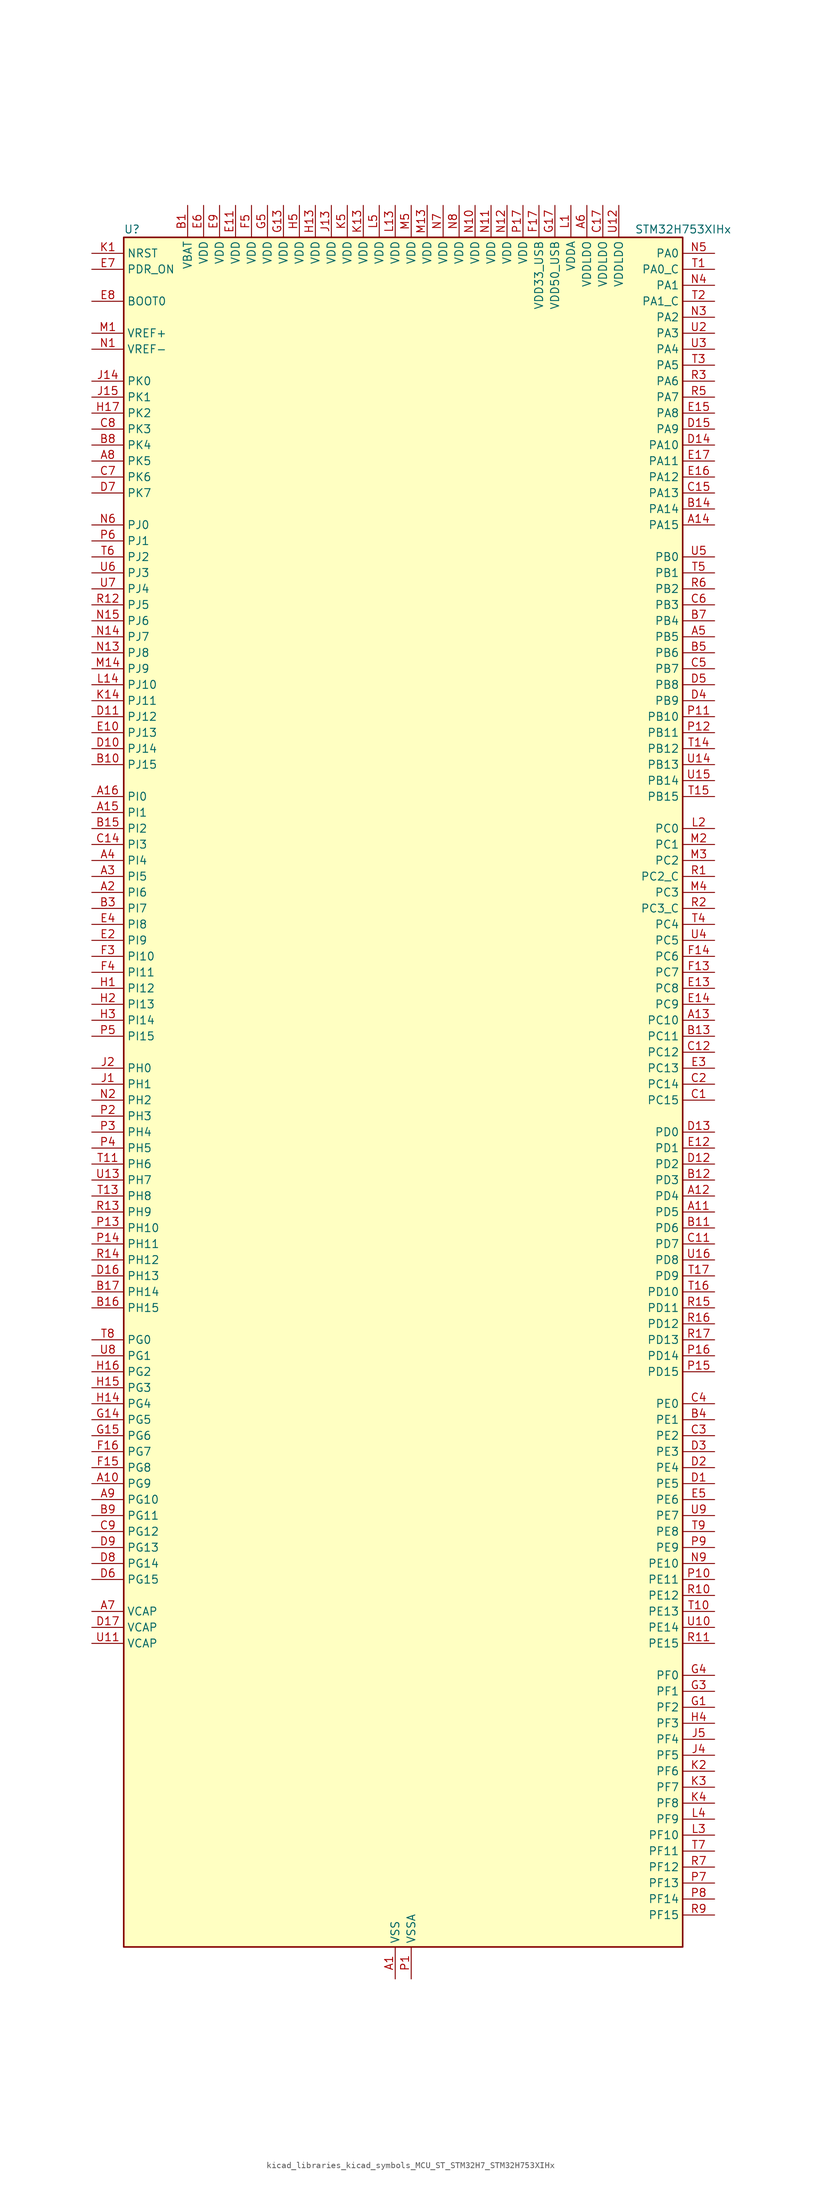
<source format=kicad_sym>
(kicad_symbol_lib
  (version 20220914)
  (generator kicad_symbol_editor)
  (symbol "kicad_libraries_kicad_symbols_MCU_ST_STM32H7_STM32H753XIHx"
    (property "Reference" "U"
      (at -43.18 138.43 0)
      (effects (font (size 1.27 1.27)) (justify left)))
    (property "Value" "STM32H753XIHx"
      (at 38.1 138.43 0)
      (effects (font (size 1.27 1.27)) (justify left)))
    (property "ki_locked" ""
      (at 0 0 0)
      (effects (font (size 1.27 1.27))))
    (symbol "kicad_libraries_kicad_symbols_MCU_ST_STM32H7_STM32H753XIHx_0_1"
      (rectangle (start -43.18 -134.62) (end 45.72 137.16) (stroke (width 0.254) (type default)) (fill (type background))))
    (symbol "kicad_libraries_kicad_symbols_MCU_ST_STM32H7_STM32H753XIHx_1_1"
      (pin power_in line (at 0 -139.7 90) (length 5.08) (name "VSS" (effects (font (size 1.27 1.27)))) (number "A1" (effects (font (size 1.27 1.27)))))
      (pin bidirectional line (at -48.26 -60.96 0) (length 5.08) (name "PG9" (effects (font (size 1.27 1.27)))) (number "A10" (effects (font (size 1.27 1.27)))) (alternate "DAC1_EXTI9" bidirectional line) (alternate "DCMI_VSYNC" bidirectional line) (alternate "FMC_NCE" bidirectional line) (alternate "FMC_NE2" bidirectional line) (alternate "I2S1_SDI" bidirectional line) (alternate "QUADSPI_BK2_IO2" bidirectional line) (alternate "SAI2_FS_B" bidirectional line) (alternate "SPDIFRX1_IN3" bidirectional line) (alternate "SPI1_MISO" bidirectional line) (alternate "USART6_RX" bidirectional line))
      (pin bidirectional line (at 50.8 -17.78 180) (length 5.08) (name "PD5" (effects (font (size 1.27 1.27)))) (number "A11" (effects (font (size 1.27 1.27)))) (alternate "FMC_NWE" bidirectional line) (alternate "HRTIM_EEV3" bidirectional line) (alternate "USART2_TX" bidirectional line))
      (pin bidirectional line (at 50.8 -15.24 180) (length 5.08) (name "PD4" (effects (font (size 1.27 1.27)))) (number "A12" (effects (font (size 1.27 1.27)))) (alternate "FMC_NOE" bidirectional line) (alternate "HRTIM_FLT3" bidirectional line) (alternate "SAI3_FS_A" bidirectional line) (alternate "USART2_DE" bidirectional line) (alternate "USART2_RTS" bidirectional line))
      (pin bidirectional line (at 50.8 12.7 180) (length 5.08) (name "PC10" (effects (font (size 1.27 1.27)))) (number "A13" (effects (font (size 1.27 1.27)))) (alternate "DCMI_D8" bidirectional line) (alternate "DFSDM1_CKIN5" bidirectional line) (alternate "HRTIM_EEV1" bidirectional line) (alternate "I2S3_CK" bidirectional line) (alternate "LTDC_R2" bidirectional line) (alternate "QUADSPI_BK1_IO1" bidirectional line) (alternate "SDMMC1_D2" bidirectional line) (alternate "SPI3_SCK" bidirectional line) (alternate "UART4_TX" bidirectional line) (alternate "USART3_TX" bidirectional line))
      (pin bidirectional line (at 50.8 91.44 180) (length 5.08) (name "PA15" (effects (font (size 1.27 1.27)))) (number "A14" (effects (font (size 1.27 1.27)))) (alternate "ADC1_EXTI15" bidirectional line) (alternate "ADC2_EXTI15" bidirectional line) (alternate "ADC3_EXTI15" bidirectional line) (alternate "CEC" bidirectional line) (alternate "DEBUG_JTDI" bidirectional line) (alternate "HRTIM_FLT1" bidirectional line) (alternate "I2S1_WS" bidirectional line) (alternate "I2S3_WS" bidirectional line) (alternate "SPI1_NSS" bidirectional line) (alternate "SPI3_NSS" bidirectional line) (alternate "SPI6_NSS" bidirectional line) (alternate "TIM2_CH1" bidirectional line) (alternate "TIM2_ETR" bidirectional line) (alternate "UART4_DE" bidirectional line) (alternate "UART4_RTS" bidirectional line) (alternate "UART7_TX" bidirectional line))
      (pin bidirectional line (at -48.26 45.72 0) (length 5.08) (name "PI1" (effects (font (size 1.27 1.27)))) (number "A15" (effects (font (size 1.27 1.27)))) (alternate "DCMI_D8" bidirectional line) (alternate "FMC_D25" bidirectional line) (alternate "I2S2_CK" bidirectional line) (alternate "LTDC_G6" bidirectional line) (alternate "SPI2_SCK" bidirectional line) (alternate "TIM8_BKIN2" bidirectional line) (alternate "TIM8_BKIN2_COMP1" bidirectional line) (alternate "TIM8_BKIN2_COMP2" bidirectional line))
      (pin bidirectional line (at -48.26 48.26 0) (length 5.08) (name "PI0" (effects (font (size 1.27 1.27)))) (number "A16" (effects (font (size 1.27 1.27)))) (alternate "DCMI_D13" bidirectional line) (alternate "FMC_D24" bidirectional line) (alternate "I2S2_WS" bidirectional line) (alternate "LTDC_G5" bidirectional line) (alternate "SPI2_NSS" bidirectional line) (alternate "TIM5_CH4" bidirectional line))
      (pin passive line (at 0 -139.7 90) (length 5.08) hide (name "VSS" (effects (font (size 1.27 1.27)))) (number "A17" (effects (font (size 1.27 1.27)))))
      (pin bidirectional line (at -48.26 33.02 0) (length 5.08) (name "PI6" (effects (font (size 1.27 1.27)))) (number "A2" (effects (font (size 1.27 1.27)))) (alternate "DCMI_D6" bidirectional line) (alternate "FMC_D28" bidirectional line) (alternate "LTDC_B6" bidirectional line) (alternate "SAI2_SD_A" bidirectional line) (alternate "TIM8_CH2" bidirectional line))
      (pin bidirectional line (at -48.26 35.56 0) (length 5.08) (name "PI5" (effects (font (size 1.27 1.27)))) (number "A3" (effects (font (size 1.27 1.27)))) (alternate "DCMI_VSYNC" bidirectional line) (alternate "FMC_NBL3" bidirectional line) (alternate "LTDC_B5" bidirectional line) (alternate "SAI2_SCK_A" bidirectional line) (alternate "TIM8_CH1" bidirectional line))
      (pin bidirectional line (at -48.26 38.1 0) (length 5.08) (name "PI4" (effects (font (size 1.27 1.27)))) (number "A4" (effects (font (size 1.27 1.27)))) (alternate "DCMI_D5" bidirectional line) (alternate "FMC_NBL2" bidirectional line) (alternate "LTDC_B4" bidirectional line) (alternate "SAI2_MCLK_A" bidirectional line) (alternate "TIM8_BKIN" bidirectional line) (alternate "TIM8_BKIN_COMP1" bidirectional line) (alternate "TIM8_BKIN_COMP2" bidirectional line))
      (pin bidirectional line (at 50.8 73.66 180) (length 5.08) (name "PB5" (effects (font (size 1.27 1.27)))) (number "A5" (effects (font (size 1.27 1.27)))) (alternate "DCMI_D10" bidirectional line) (alternate "ETH_PPS_OUT" bidirectional line) (alternate "FDCAN2_RX" bidirectional line) (alternate "FMC_SDCKE1" bidirectional line) (alternate "HRTIM_EEV7" bidirectional line) (alternate "I2C1_SMBA" bidirectional line) (alternate "I2C4_SMBA" bidirectional line) (alternate "I2S1_SDO" bidirectional line) (alternate "I2S3_SDO" bidirectional line) (alternate "SPI1_MOSI" bidirectional line) (alternate "SPI3_MOSI" bidirectional line) (alternate "SPI6_MOSI" bidirectional line) (alternate "TIM17_BKIN" bidirectional line) (alternate "TIM3_CH2" bidirectional line) (alternate "UART5_RX" bidirectional line) (alternate "USB_OTG_HS_ULPI_D7" bidirectional line))
      (pin power_in line (at 30.48 142.24 270) (length 5.08) (name "VDDLDO" (effects (font (size 1.27 1.27)))) (number "A6" (effects (font (size 1.27 1.27)))))
      (pin power_out line (at -48.26 -81.28 0) (length 5.08) (name "VCAP" (effects (font (size 1.27 1.27)))) (number "A7" (effects (font (size 1.27 1.27)))))
      (pin bidirectional line (at -48.26 101.6 0) (length 5.08) (name "PK5" (effects (font (size 1.27 1.27)))) (number "A8" (effects (font (size 1.27 1.27)))) (alternate "LTDC_B6" bidirectional line))
      (pin bidirectional line (at -48.26 -63.5 0) (length 5.08) (name "PG10" (effects (font (size 1.27 1.27)))) (number "A9" (effects (font (size 1.27 1.27)))) (alternate "DCMI_D2" bidirectional line) (alternate "FMC_NE3" bidirectional line) (alternate "HRTIM_FLT5" bidirectional line) (alternate "I2S1_WS" bidirectional line) (alternate "LTDC_B2" bidirectional line) (alternate "LTDC_G3" bidirectional line) (alternate "SAI2_SD_B" bidirectional line) (alternate "SPI1_NSS" bidirectional line))
      (pin power_in line (at -33.02 142.24 270) (length 5.08) (name "VBAT" (effects (font (size 1.27 1.27)))) (number "B1" (effects (font (size 1.27 1.27)))))
      (pin bidirectional line (at -48.26 53.34 0) (length 5.08) (name "PJ15" (effects (font (size 1.27 1.27)))) (number "B10" (effects (font (size 1.27 1.27)))) (alternate "ADC1_EXTI15" bidirectional line) (alternate "ADC2_EXTI15" bidirectional line) (alternate "ADC3_EXTI15" bidirectional line) (alternate "LTDC_B3" bidirectional line))
      (pin bidirectional line (at 50.8 -20.32 180) (length 5.08) (name "PD6" (effects (font (size 1.27 1.27)))) (number "B11" (effects (font (size 1.27 1.27)))) (alternate "DCMI_D10" bidirectional line) (alternate "DFSDM1_CKIN4" bidirectional line) (alternate "DFSDM1_DATIN1" bidirectional line) (alternate "FMC_NWAIT" bidirectional line) (alternate "I2S3_SDO" bidirectional line) (alternate "LTDC_B2" bidirectional line) (alternate "SAI1_D1" bidirectional line) (alternate "SAI1_SD_A" bidirectional line) (alternate "SAI4_D1" bidirectional line) (alternate "SAI4_SD_A" bidirectional line) (alternate "SDMMC2_CK" bidirectional line) (alternate "SPI3_MOSI" bidirectional line) (alternate "USART2_RX" bidirectional line))
      (pin bidirectional line (at 50.8 -12.7 180) (length 5.08) (name "PD3" (effects (font (size 1.27 1.27)))) (number "B12" (effects (font (size 1.27 1.27)))) (alternate "DCMI_D5" bidirectional line) (alternate "DFSDM1_CKOUT" bidirectional line) (alternate "FMC_CLK" bidirectional line) (alternate "I2S2_CK" bidirectional line) (alternate "LTDC_G7" bidirectional line) (alternate "SPI2_SCK" bidirectional line) (alternate "USART2_CTS" bidirectional line) (alternate "USART2_NSS" bidirectional line))
      (pin bidirectional line (at 50.8 10.16 180) (length 5.08) (name "PC11" (effects (font (size 1.27 1.27)))) (number "B13" (effects (font (size 1.27 1.27)))) (alternate "ADC1_EXTI11" bidirectional line) (alternate "ADC2_EXTI11" bidirectional line) (alternate "ADC3_EXTI11" bidirectional line) (alternate "DCMI_D4" bidirectional line) (alternate "DFSDM1_DATIN5" bidirectional line) (alternate "HRTIM_FLT2" bidirectional line) (alternate "I2S3_SDI" bidirectional line) (alternate "QUADSPI_BK2_NCS" bidirectional line) (alternate "SDMMC1_D3" bidirectional line) (alternate "SPI3_MISO" bidirectional line) (alternate "UART4_RX" bidirectional line) (alternate "USART3_RX" bidirectional line))
      (pin bidirectional line (at 50.8 93.98 180) (length 5.08) (name "PA14" (effects (font (size 1.27 1.27)))) (number "B14" (effects (font (size 1.27 1.27)))) (alternate "DEBUG_JTCK-SWCLK" bidirectional line))
      (pin bidirectional line (at -48.26 43.18 0) (length 5.08) (name "PI2" (effects (font (size 1.27 1.27)))) (number "B15" (effects (font (size 1.27 1.27)))) (alternate "DCMI_D9" bidirectional line) (alternate "FMC_D26" bidirectional line) (alternate "I2S2_SDI" bidirectional line) (alternate "LTDC_G7" bidirectional line) (alternate "SPI2_MISO" bidirectional line) (alternate "TIM8_CH4" bidirectional line))
      (pin bidirectional line (at -48.26 -33.02 0) (length 5.08) (name "PH15" (effects (font (size 1.27 1.27)))) (number "B16" (effects (font (size 1.27 1.27)))) (alternate "ADC1_EXTI15" bidirectional line) (alternate "ADC2_EXTI15" bidirectional line) (alternate "ADC3_EXTI15" bidirectional line) (alternate "DCMI_D11" bidirectional line) (alternate "FMC_D23" bidirectional line) (alternate "LTDC_G4" bidirectional line) (alternate "TIM8_CH3N" bidirectional line))
      (pin bidirectional line (at -48.26 -30.48 0) (length 5.08) (name "PH14" (effects (font (size 1.27 1.27)))) (number "B17" (effects (font (size 1.27 1.27)))) (alternate "DCMI_D4" bidirectional line) (alternate "FDCAN1_RX" bidirectional line) (alternate "FMC_D22" bidirectional line) (alternate "LTDC_G3" bidirectional line) (alternate "TIM8_CH2N" bidirectional line) (alternate "UART4_RX" bidirectional line))
      (pin passive line (at 0 -139.7 90) (length 5.08) hide (name "VSS" (effects (font (size 1.27 1.27)))) (number "B2" (effects (font (size 1.27 1.27)))))
      (pin bidirectional line (at -48.26 30.48 0) (length 5.08) (name "PI7" (effects (font (size 1.27 1.27)))) (number "B3" (effects (font (size 1.27 1.27)))) (alternate "DCMI_D7" bidirectional line) (alternate "FMC_D29" bidirectional line) (alternate "LTDC_B7" bidirectional line) (alternate "SAI2_FS_A" bidirectional line) (alternate "TIM8_CH3" bidirectional line))
      (pin bidirectional line (at 50.8 -50.8 180) (length 5.08) (name "PE1" (effects (font (size 1.27 1.27)))) (number "B4" (effects (font (size 1.27 1.27)))) (alternate "DCMI_D3" bidirectional line) (alternate "FMC_NBL1" bidirectional line) (alternate "HRTIM_SCOUT" bidirectional line) (alternate "LPTIM1_IN2" bidirectional line) (alternate "UART8_TX" bidirectional line))
      (pin bidirectional line (at 50.8 71.12 180) (length 5.08) (name "PB6" (effects (font (size 1.27 1.27)))) (number "B5" (effects (font (size 1.27 1.27)))) (alternate "CEC" bidirectional line) (alternate "DCMI_D5" bidirectional line) (alternate "DFSDM1_DATIN5" bidirectional line) (alternate "FDCAN2_TX" bidirectional line) (alternate "FMC_SDNE1" bidirectional line) (alternate "HRTIM_EEV8" bidirectional line) (alternate "I2C1_SCL" bidirectional line) (alternate "I2C4_SCL" bidirectional line) (alternate "LPUART1_TX" bidirectional line) (alternate "QUADSPI_BK1_NCS" bidirectional line) (alternate "TIM16_CH1N" bidirectional line) (alternate "TIM4_CH1" bidirectional line) (alternate "UART5_TX" bidirectional line) (alternate "USART1_TX" bidirectional line))
      (pin passive line (at 0 -139.7 90) (length 5.08) hide (name "VSS" (effects (font (size 1.27 1.27)))) (number "B6" (effects (font (size 1.27 1.27)))))
      (pin bidirectional line (at 50.8 76.2 180) (length 5.08) (name "PB4" (effects (font (size 1.27 1.27)))) (number "B7" (effects (font (size 1.27 1.27)))) (alternate "DEBUG_JTRST" bidirectional line) (alternate "HRTIM_EEV6" bidirectional line) (alternate "I2S1_SDI" bidirectional line) (alternate "I2S2_WS" bidirectional line) (alternate "I2S3_SDI" bidirectional line) (alternate "SDMMC2_D3" bidirectional line) (alternate "SPI1_MISO" bidirectional line) (alternate "SPI2_NSS" bidirectional line) (alternate "SPI3_MISO" bidirectional line) (alternate "SPI6_MISO" bidirectional line) (alternate "TIM16_BKIN" bidirectional line) (alternate "TIM3_CH1" bidirectional line) (alternate "UART7_TX" bidirectional line))
      (pin bidirectional line (at -48.26 104.14 0) (length 5.08) (name "PK4" (effects (font (size 1.27 1.27)))) (number "B8" (effects (font (size 1.27 1.27)))) (alternate "LTDC_B5" bidirectional line))
      (pin bidirectional line (at -48.26 -66.04 0) (length 5.08) (name "PG11" (effects (font (size 1.27 1.27)))) (number "B9" (effects (font (size 1.27 1.27)))) (alternate "ADC1_EXTI11" bidirectional line) (alternate "ADC2_EXTI11" bidirectional line) (alternate "ADC3_EXTI11" bidirectional line) (alternate "DCMI_D3" bidirectional line) (alternate "ETH_TX_EN" bidirectional line) (alternate "HRTIM_EEV4" bidirectional line) (alternate "I2S1_CK" bidirectional line) (alternate "LPTIM1_IN2" bidirectional line) (alternate "LTDC_B3" bidirectional line) (alternate "SDMMC2_D2" bidirectional line) (alternate "SPDIFRX1_IN0" bidirectional line) (alternate "SPI1_SCK" bidirectional line))
      (pin bidirectional line (at 50.8 0 180) (length 5.08) (name "PC15" (effects (font (size 1.27 1.27)))) (number "C1" (effects (font (size 1.27 1.27)))) (alternate "ADC1_EXTI15" bidirectional line) (alternate "ADC2_EXTI15" bidirectional line) (alternate "ADC3_EXTI15" bidirectional line) (alternate "RCC_OSC32_OUT" bidirectional line))
      (pin passive line (at 0 -139.7 90) (length 5.08) hide (name "VSS" (effects (font (size 1.27 1.27)))) (number "C10" (effects (font (size 1.27 1.27)))))
      (pin bidirectional line (at 50.8 -22.86 180) (length 5.08) (name "PD7" (effects (font (size 1.27 1.27)))) (number "C11" (effects (font (size 1.27 1.27)))) (alternate "DFSDM1_CKIN1" bidirectional line) (alternate "DFSDM1_DATIN4" bidirectional line) (alternate "FMC_NE1" bidirectional line) (alternate "I2S1_SDO" bidirectional line) (alternate "SDMMC2_CMD" bidirectional line) (alternate "SPDIFRX1_IN0" bidirectional line) (alternate "SPI1_MOSI" bidirectional line) (alternate "USART2_CK" bidirectional line))
      (pin bidirectional line (at 50.8 7.62 180) (length 5.08) (name "PC12" (effects (font (size 1.27 1.27)))) (number "C12" (effects (font (size 1.27 1.27)))) (alternate "DCMI_D9" bidirectional line) (alternate "DEBUG_TRACED3" bidirectional line) (alternate "HRTIM_EEV2" bidirectional line) (alternate "I2S3_SDO" bidirectional line) (alternate "SDMMC1_CK" bidirectional line) (alternate "SPI3_MOSI" bidirectional line) (alternate "UART5_TX" bidirectional line) (alternate "USART3_CK" bidirectional line))
      (pin passive line (at 0 -139.7 90) (length 5.08) hide (name "VSS" (effects (font (size 1.27 1.27)))) (number "C13" (effects (font (size 1.27 1.27)))))
      (pin bidirectional line (at -48.26 40.64 0) (length 5.08) (name "PI3" (effects (font (size 1.27 1.27)))) (number "C14" (effects (font (size 1.27 1.27)))) (alternate "DCMI_D10" bidirectional line) (alternate "FMC_D27" bidirectional line) (alternate "I2S2_SDO" bidirectional line) (alternate "SPI2_MOSI" bidirectional line) (alternate "TIM8_ETR" bidirectional line))
      (pin bidirectional line (at 50.8 96.52 180) (length 5.08) (name "PA13" (effects (font (size 1.27 1.27)))) (number "C15" (effects (font (size 1.27 1.27)))) (alternate "DEBUG_JTMS-SWDIO" bidirectional line))
      (pin passive line (at 0 -139.7 90) (length 5.08) hide (name "VSS" (effects (font (size 1.27 1.27)))) (number "C16" (effects (font (size 1.27 1.27)))))
      (pin power_in line (at 33.02 142.24 270) (length 5.08) (name "VDDLDO" (effects (font (size 1.27 1.27)))) (number "C17" (effects (font (size 1.27 1.27)))))
      (pin bidirectional line (at 50.8 2.54 180) (length 5.08) (name "PC14" (effects (font (size 1.27 1.27)))) (number "C2" (effects (font (size 1.27 1.27)))) (alternate "RCC_OSC32_IN" bidirectional line))
      (pin bidirectional line (at 50.8 -53.34 180) (length 5.08) (name "PE2" (effects (font (size 1.27 1.27)))) (number "C3" (effects (font (size 1.27 1.27)))) (alternate "DEBUG_TRACECLK" bidirectional line) (alternate "ETH_TXD3" bidirectional line) (alternate "FMC_A23" bidirectional line) (alternate "QUADSPI_BK1_IO2" bidirectional line) (alternate "SAI1_CK1" bidirectional line) (alternate "SAI1_MCLK_A" bidirectional line) (alternate "SAI4_CK1" bidirectional line) (alternate "SAI4_MCLK_A" bidirectional line) (alternate "SPI4_SCK" bidirectional line))
      (pin bidirectional line (at 50.8 -48.26 180) (length 5.08) (name "PE0" (effects (font (size 1.27 1.27)))) (number "C4" (effects (font (size 1.27 1.27)))) (alternate "DCMI_D2" bidirectional line) (alternate "FMC_NBL0" bidirectional line) (alternate "HRTIM_SCIN" bidirectional line) (alternate "LPTIM1_ETR" bidirectional line) (alternate "LPTIM2_ETR" bidirectional line) (alternate "SAI2_MCLK_A" bidirectional line) (alternate "TIM4_ETR" bidirectional line) (alternate "UART8_RX" bidirectional line))
      (pin bidirectional line (at 50.8 68.58 180) (length 5.08) (name "PB7" (effects (font (size 1.27 1.27)))) (number "C5" (effects (font (size 1.27 1.27)))) (alternate "DCMI_VSYNC" bidirectional line) (alternate "DFSDM1_CKIN5" bidirectional line) (alternate "FMC_NL" bidirectional line) (alternate "HRTIM_EEV9" bidirectional line) (alternate "I2C1_SDA" bidirectional line) (alternate "I2C4_SDA" bidirectional line) (alternate "LPUART1_RX" bidirectional line) (alternate "PWR_PVD_IN" bidirectional line) (alternate "TIM17_CH1N" bidirectional line) (alternate "TIM4_CH2" bidirectional line) (alternate "USART1_RX" bidirectional line))
      (pin bidirectional line (at 50.8 78.74 180) (length 5.08) (name "PB3" (effects (font (size 1.27 1.27)))) (number "C6" (effects (font (size 1.27 1.27)))) (alternate "CRS_SYNC" bidirectional line) (alternate "DEBUG_JTDO-SWO" bidirectional line) (alternate "HRTIM_FLT4" bidirectional line) (alternate "I2S1_CK" bidirectional line) (alternate "I2S3_CK" bidirectional line) (alternate "SDMMC2_D2" bidirectional line) (alternate "SPI1_SCK" bidirectional line) (alternate "SPI3_SCK" bidirectional line) (alternate "SPI6_SCK" bidirectional line) (alternate "TIM2_CH2" bidirectional line) (alternate "UART7_RX" bidirectional line))
      (pin bidirectional line (at -48.26 99.06 0) (length 5.08) (name "PK6" (effects (font (size 1.27 1.27)))) (number "C7" (effects (font (size 1.27 1.27)))) (alternate "LTDC_B7" bidirectional line))
      (pin bidirectional line (at -48.26 106.68 0) (length 5.08) (name "PK3" (effects (font (size 1.27 1.27)))) (number "C8" (effects (font (size 1.27 1.27)))) (alternate "LTDC_B4" bidirectional line))
      (pin bidirectional line (at -48.26 -68.58 0) (length 5.08) (name "PG12" (effects (font (size 1.27 1.27)))) (number "C9" (effects (font (size 1.27 1.27)))) (alternate "ETH_TXD1" bidirectional line) (alternate "FMC_NE4" bidirectional line) (alternate "HRTIM_EEV5" bidirectional line) (alternate "LPTIM1_IN1" bidirectional line) (alternate "LTDC_B1" bidirectional line) (alternate "LTDC_B4" bidirectional line) (alternate "SPDIFRX1_IN1" bidirectional line) (alternate "SPI6_MISO" bidirectional line) (alternate "USART6_DE" bidirectional line) (alternate "USART6_RTS" bidirectional line))
      (pin bidirectional line (at 50.8 -60.96 180) (length 5.08) (name "PE5" (effects (font (size 1.27 1.27)))) (number "D1" (effects (font (size 1.27 1.27)))) (alternate "DCMI_D6" bidirectional line) (alternate "DEBUG_TRACED2" bidirectional line) (alternate "DFSDM1_CKIN3" bidirectional line) (alternate "FMC_A21" bidirectional line) (alternate "LTDC_G0" bidirectional line) (alternate "SAI1_CK2" bidirectional line) (alternate "SAI1_SCK_A" bidirectional line) (alternate "SAI4_CK2" bidirectional line) (alternate "SAI4_SCK_A" bidirectional line) (alternate "SPI4_MISO" bidirectional line) (alternate "TIM15_CH1" bidirectional line))
      (pin bidirectional line (at -48.26 55.88 0) (length 5.08) (name "PJ14" (effects (font (size 1.27 1.27)))) (number "D10" (effects (font (size 1.27 1.27)))) (alternate "LTDC_B2" bidirectional line))
      (pin bidirectional line (at -48.26 60.96 0) (length 5.08) (name "PJ12" (effects (font (size 1.27 1.27)))) (number "D11" (effects (font (size 1.27 1.27)))) (alternate "DEBUG_TRGOUT" bidirectional line) (alternate "LTDC_B0" bidirectional line) (alternate "LTDC_G3" bidirectional line))
      (pin bidirectional line (at 50.8 -10.16 180) (length 5.08) (name "PD2" (effects (font (size 1.27 1.27)))) (number "D12" (effects (font (size 1.27 1.27)))) (alternate "DCMI_D11" bidirectional line) (alternate "DEBUG_TRACED2" bidirectional line) (alternate "SDMMC1_CMD" bidirectional line) (alternate "TIM3_ETR" bidirectional line) (alternate "UART5_RX" bidirectional line))
      (pin bidirectional line (at 50.8 -5.08 180) (length 5.08) (name "PD0" (effects (font (size 1.27 1.27)))) (number "D13" (effects (font (size 1.27 1.27)))) (alternate "DFSDM1_CKIN6" bidirectional line) (alternate "FDCAN1_RX" bidirectional line) (alternate "FMC_D2" bidirectional line) (alternate "FMC_DA2" bidirectional line) (alternate "SAI3_SCK_A" bidirectional line) (alternate "UART4_RX" bidirectional line))
      (pin bidirectional line (at 50.8 104.14 180) (length 5.08) (name "PA10" (effects (font (size 1.27 1.27)))) (number "D14" (effects (font (size 1.27 1.27)))) (alternate "DCMI_D1" bidirectional line) (alternate "HRTIM_CHC2" bidirectional line) (alternate "LPUART1_RX" bidirectional line) (alternate "LTDC_B1" bidirectional line) (alternate "LTDC_B4" bidirectional line) (alternate "MDIOS_MDIO" bidirectional line) (alternate "TIM1_CH3" bidirectional line) (alternate "USART1_RX" bidirectional line) (alternate "USB_OTG_FS_ID" bidirectional line))
      (pin bidirectional line (at 50.8 106.68 180) (length 5.08) (name "PA9" (effects (font (size 1.27 1.27)))) (number "D15" (effects (font (size 1.27 1.27)))) (alternate "DAC1_EXTI9" bidirectional line) (alternate "DCMI_D0" bidirectional line) (alternate "HRTIM_CHC1" bidirectional line) (alternate "I2C3_SMBA" bidirectional line) (alternate "I2S2_CK" bidirectional line) (alternate "LPUART1_TX" bidirectional line) (alternate "LTDC_R5" bidirectional line) (alternate "SPI2_SCK" bidirectional line) (alternate "TIM1_CH2" bidirectional line) (alternate "USART1_TX" bidirectional line) (alternate "USB_OTG_FS_VBUS" bidirectional line))
      (pin bidirectional line (at -48.26 -27.94 0) (length 5.08) (name "PH13" (effects (font (size 1.27 1.27)))) (number "D16" (effects (font (size 1.27 1.27)))) (alternate "FDCAN1_TX" bidirectional line) (alternate "FMC_D21" bidirectional line) (alternate "LTDC_G2" bidirectional line) (alternate "TIM8_CH1N" bidirectional line) (alternate "UART4_TX" bidirectional line))
      (pin power_out line (at -48.26 -83.82 0) (length 5.08) (name "VCAP" (effects (font (size 1.27 1.27)))) (number "D17" (effects (font (size 1.27 1.27)))))
      (pin bidirectional line (at 50.8 -58.42 180) (length 5.08) (name "PE4" (effects (font (size 1.27 1.27)))) (number "D2" (effects (font (size 1.27 1.27)))) (alternate "DCMI_D4" bidirectional line) (alternate "DEBUG_TRACED1" bidirectional line) (alternate "DFSDM1_DATIN3" bidirectional line) (alternate "FMC_A20" bidirectional line) (alternate "LTDC_B0" bidirectional line) (alternate "SAI1_D2" bidirectional line) (alternate "SAI1_FS_A" bidirectional line) (alternate "SAI4_D2" bidirectional line) (alternate "SAI4_FS_A" bidirectional line) (alternate "SPI4_NSS" bidirectional line) (alternate "TIM15_CH1N" bidirectional line))
      (pin bidirectional line (at 50.8 -55.88 180) (length 5.08) (name "PE3" (effects (font (size 1.27 1.27)))) (number "D3" (effects (font (size 1.27 1.27)))) (alternate "DEBUG_TRACED0" bidirectional line) (alternate "FMC_A19" bidirectional line) (alternate "SAI1_SD_B" bidirectional line) (alternate "SAI4_SD_B" bidirectional line) (alternate "TIM15_BKIN" bidirectional line))
      (pin bidirectional line (at 50.8 63.5 180) (length 5.08) (name "PB9" (effects (font (size 1.27 1.27)))) (number "D4" (effects (font (size 1.27 1.27)))) (alternate "DAC1_EXTI9" bidirectional line) (alternate "DCMI_D7" bidirectional line) (alternate "DFSDM1_DATIN7" bidirectional line) (alternate "FDCAN1_TX" bidirectional line) (alternate "I2C1_SDA" bidirectional line) (alternate "I2C4_SDA" bidirectional line) (alternate "I2C4_SMBA" bidirectional line) (alternate "I2S2_WS" bidirectional line) (alternate "LTDC_B7" bidirectional line) (alternate "SDMMC1_CDIR" bidirectional line) (alternate "SDMMC1_D5" bidirectional line) (alternate "SDMMC2_D5" bidirectional line) (alternate "SPI2_NSS" bidirectional line) (alternate "TIM17_CH1" bidirectional line) (alternate "TIM4_CH4" bidirectional line) (alternate "UART4_TX" bidirectional line))
      (pin bidirectional line (at 50.8 66.04 180) (length 5.08) (name "PB8" (effects (font (size 1.27 1.27)))) (number "D5" (effects (font (size 1.27 1.27)))) (alternate "DCMI_D6" bidirectional line) (alternate "DFSDM1_CKIN7" bidirectional line) (alternate "ETH_TXD3" bidirectional line) (alternate "FDCAN1_RX" bidirectional line) (alternate "I2C1_SCL" bidirectional line) (alternate "I2C4_SCL" bidirectional line) (alternate "LTDC_B6" bidirectional line) (alternate "SDMMC1_CKIN" bidirectional line) (alternate "SDMMC1_D4" bidirectional line) (alternate "SDMMC2_D4" bidirectional line) (alternate "TIM16_CH1" bidirectional line) (alternate "TIM4_CH3" bidirectional line) (alternate "UART4_RX" bidirectional line))
      (pin bidirectional line (at -48.26 -76.2 0) (length 5.08) (name "PG15" (effects (font (size 1.27 1.27)))) (number "D6" (effects (font (size 1.27 1.27)))) (alternate "ADC1_EXTI15" bidirectional line) (alternate "ADC2_EXTI15" bidirectional line) (alternate "ADC3_EXTI15" bidirectional line) (alternate "DCMI_D13" bidirectional line) (alternate "FMC_SDNCAS" bidirectional line) (alternate "USART6_CTS" bidirectional line) (alternate "USART6_NSS" bidirectional line))
      (pin bidirectional line (at -48.26 96.52 0) (length 5.08) (name "PK7" (effects (font (size 1.27 1.27)))) (number "D7" (effects (font (size 1.27 1.27)))) (alternate "LTDC_DE" bidirectional line))
      (pin bidirectional line (at -48.26 -73.66 0) (length 5.08) (name "PG14" (effects (font (size 1.27 1.27)))) (number "D8" (effects (font (size 1.27 1.27)))) (alternate "DEBUG_TRACED1" bidirectional line) (alternate "ETH_TXD1" bidirectional line) (alternate "FMC_A25" bidirectional line) (alternate "LPTIM1_ETR" bidirectional line) (alternate "LTDC_B0" bidirectional line) (alternate "QUADSPI_BK2_IO3" bidirectional line) (alternate "SPI6_MOSI" bidirectional line) (alternate "USART6_TX" bidirectional line))
      (pin bidirectional line (at -48.26 -71.12 0) (length 5.08) (name "PG13" (effects (font (size 1.27 1.27)))) (number "D9" (effects (font (size 1.27 1.27)))) (alternate "DEBUG_TRACED0" bidirectional line) (alternate "ETH_TXD0" bidirectional line) (alternate "FMC_A24" bidirectional line) (alternate "HRTIM_EEV10" bidirectional line) (alternate "LPTIM1_OUT" bidirectional line) (alternate "LTDC_R0" bidirectional line) (alternate "SPI6_SCK" bidirectional line) (alternate "USART6_CTS" bidirectional line) (alternate "USART6_NSS" bidirectional line))
      (pin no_connect line (at -43.18 -134.62 0) (length 5.08) hide (name "NC" (effects (font (size 1.27 1.27)))) (number "E1" (effects (font (size 1.27 1.27)))))
      (pin bidirectional line (at -48.26 58.42 0) (length 5.08) (name "PJ13" (effects (font (size 1.27 1.27)))) (number "E10" (effects (font (size 1.27 1.27)))) (alternate "LTDC_B1" bidirectional line) (alternate "LTDC_B4" bidirectional line))
      (pin power_in line (at -25.4 142.24 270) (length 5.08) (name "VDD" (effects (font (size 1.27 1.27)))) (number "E11" (effects (font (size 1.27 1.27)))))
      (pin bidirectional line (at 50.8 -7.62 180) (length 5.08) (name "PD1" (effects (font (size 1.27 1.27)))) (number "E12" (effects (font (size 1.27 1.27)))) (alternate "DFSDM1_DATIN6" bidirectional line) (alternate "FDCAN1_TX" bidirectional line) (alternate "FMC_D3" bidirectional line) (alternate "FMC_DA3" bidirectional line) (alternate "SAI3_SD_A" bidirectional line) (alternate "UART4_TX" bidirectional line))
      (pin bidirectional line (at 50.8 17.78 180) (length 5.08) (name "PC8" (effects (font (size 1.27 1.27)))) (number "E13" (effects (font (size 1.27 1.27)))) (alternate "DCMI_D2" bidirectional line) (alternate "DEBUG_TRACED1" bidirectional line) (alternate "FMC_NCE" bidirectional line) (alternate "FMC_NE2" bidirectional line) (alternate "HRTIM_CHB1" bidirectional line) (alternate "SDMMC1_D0" bidirectional line) (alternate "SWPMI1_RX" bidirectional line) (alternate "TIM3_CH3" bidirectional line) (alternate "TIM8_CH3" bidirectional line) (alternate "UART5_DE" bidirectional line) (alternate "UART5_RTS" bidirectional line) (alternate "USART6_CK" bidirectional line))
      (pin bidirectional line (at 50.8 15.24 180) (length 5.08) (name "PC9" (effects (font (size 1.27 1.27)))) (number "E14" (effects (font (size 1.27 1.27)))) (alternate "DAC1_EXTI9" bidirectional line) (alternate "DCMI_D3" bidirectional line) (alternate "I2C3_SDA" bidirectional line) (alternate "I2S_CKIN" bidirectional line) (alternate "LTDC_B2" bidirectional line) (alternate "LTDC_G3" bidirectional line) (alternate "QUADSPI_BK1_IO0" bidirectional line) (alternate "RCC_MCO_2" bidirectional line) (alternate "SDMMC1_D1" bidirectional line) (alternate "SWPMI1_SUSPEND" bidirectional line) (alternate "TIM3_CH4" bidirectional line) (alternate "TIM8_CH4" bidirectional line) (alternate "UART5_CTS" bidirectional line))
      (pin bidirectional line (at 50.8 109.22 180) (length 5.08) (name "PA8" (effects (font (size 1.27 1.27)))) (number "E15" (effects (font (size 1.27 1.27)))) (alternate "HRTIM_CHB2" bidirectional line) (alternate "I2C3_SCL" bidirectional line) (alternate "LTDC_B3" bidirectional line) (alternate "LTDC_R6" bidirectional line) (alternate "RCC_MCO_1" bidirectional line) (alternate "TIM1_CH1" bidirectional line) (alternate "TIM8_BKIN2" bidirectional line) (alternate "TIM8_BKIN2_COMP1" bidirectional line) (alternate "TIM8_BKIN2_COMP2" bidirectional line) (alternate "UART7_RX" bidirectional line) (alternate "USART1_CK" bidirectional line) (alternate "USB_OTG_FS_SOF" bidirectional line))
      (pin bidirectional line (at 50.8 99.06 180) (length 5.08) (name "PA12" (effects (font (size 1.27 1.27)))) (number "E16" (effects (font (size 1.27 1.27)))) (alternate "FDCAN1_TX" bidirectional line) (alternate "HRTIM_CHD2" bidirectional line) (alternate "I2S2_CK" bidirectional line) (alternate "LPUART1_DE" bidirectional line) (alternate "LPUART1_RTS" bidirectional line) (alternate "LTDC_R5" bidirectional line) (alternate "SAI2_FS_B" bidirectional line) (alternate "SPI2_SCK" bidirectional line) (alternate "TIM1_ETR" bidirectional line) (alternate "UART4_TX" bidirectional line) (alternate "USART1_DE" bidirectional line) (alternate "USART1_RTS" bidirectional line) (alternate "USB_OTG_FS_DP" bidirectional line))
      (pin bidirectional line (at 50.8 101.6 180) (length 5.08) (name "PA11" (effects (font (size 1.27 1.27)))) (number "E17" (effects (font (size 1.27 1.27)))) (alternate "ADC1_EXTI11" bidirectional line) (alternate "ADC2_EXTI11" bidirectional line) (alternate "ADC3_EXTI11" bidirectional line) (alternate "FDCAN1_RX" bidirectional line) (alternate "HRTIM_CHD1" bidirectional line) (alternate "I2S2_WS" bidirectional line) (alternate "LPUART1_CTS" bidirectional line) (alternate "LTDC_R4" bidirectional line) (alternate "SPI2_NSS" bidirectional line) (alternate "TIM1_CH4" bidirectional line) (alternate "UART4_RX" bidirectional line) (alternate "USART1_CTS" bidirectional line) (alternate "USART1_NSS" bidirectional line) (alternate "USB_OTG_FS_DM" bidirectional line))
      (pin bidirectional line (at -48.26 25.4 0) (length 5.08) (name "PI9" (effects (font (size 1.27 1.27)))) (number "E2" (effects (font (size 1.27 1.27)))) (alternate "DAC1_EXTI9" bidirectional line) (alternate "FDCAN1_RX" bidirectional line) (alternate "FMC_D30" bidirectional line) (alternate "LTDC_VSYNC" bidirectional line) (alternate "UART4_RX" bidirectional line))
      (pin bidirectional line (at 50.8 5.08 180) (length 5.08) (name "PC13" (effects (font (size 1.27 1.27)))) (number "E3" (effects (font (size 1.27 1.27)))) (alternate "PWR_WKUP2" bidirectional line) (alternate "RTC_OUT_ALARM" bidirectional line) (alternate "RTC_OUT_CALIB" bidirectional line) (alternate "RTC_TAMP1" bidirectional line) (alternate "RTC_TS" bidirectional line))
      (pin bidirectional line (at -48.26 27.94 0) (length 5.08) (name "PI8" (effects (font (size 1.27 1.27)))) (number "E4" (effects (font (size 1.27 1.27)))) (alternate "PWR_WKUP3" bidirectional line) (alternate "RTC_TAMP2" bidirectional line))
      (pin bidirectional line (at 50.8 -63.5 180) (length 5.08) (name "PE6" (effects (font (size 1.27 1.27)))) (number "E5" (effects (font (size 1.27 1.27)))) (alternate "DCMI_D7" bidirectional line) (alternate "DEBUG_TRACED3" bidirectional line) (alternate "FMC_A22" bidirectional line) (alternate "LTDC_G1" bidirectional line) (alternate "SAI1_D1" bidirectional line) (alternate "SAI1_SD_A" bidirectional line) (alternate "SAI2_MCLK_B" bidirectional line) (alternate "SAI4_D1" bidirectional line) (alternate "SAI4_SD_A" bidirectional line) (alternate "SPI4_MOSI" bidirectional line) (alternate "TIM15_CH2" bidirectional line) (alternate "TIM1_BKIN2" bidirectional line) (alternate "TIM1_BKIN2_COMP1" bidirectional line) (alternate "TIM1_BKIN2_COMP2" bidirectional line))
      (pin power_in line (at -30.48 142.24 270) (length 5.08) (name "VDD" (effects (font (size 1.27 1.27)))) (number "E6" (effects (font (size 1.27 1.27)))))
      (pin input line (at -48.26 132.08 0) (length 5.08) (name "PDR_ON" (effects (font (size 1.27 1.27)))) (number "E7" (effects (font (size 1.27 1.27)))))
      (pin input line (at -48.26 127 0) (length 5.08) (name "BOOT0" (effects (font (size 1.27 1.27)))) (number "E8" (effects (font (size 1.27 1.27)))))
      (pin power_in line (at -27.94 142.24 270) (length 5.08) (name "VDD" (effects (font (size 1.27 1.27)))) (number "E9" (effects (font (size 1.27 1.27)))))
      (pin passive line (at 0 -139.7 90) (length 5.08) hide (name "VSS" (effects (font (size 1.27 1.27)))) (number "F1" (effects (font (size 1.27 1.27)))))
      (pin bidirectional line (at 50.8 20.32 180) (length 5.08) (name "PC7" (effects (font (size 1.27 1.27)))) (number "F13" (effects (font (size 1.27 1.27)))) (alternate "DCMI_D1" bidirectional line) (alternate "DEBUG_TRGIO" bidirectional line) (alternate "DFSDM1_DATIN3" bidirectional line) (alternate "FMC_NE1" bidirectional line) (alternate "HRTIM_CHA2" bidirectional line) (alternate "I2S3_MCK" bidirectional line) (alternate "LTDC_G6" bidirectional line) (alternate "SDMMC1_D123DIR" bidirectional line) (alternate "SDMMC1_D7" bidirectional line) (alternate "SDMMC2_D7" bidirectional line) (alternate "SWPMI1_TX" bidirectional line) (alternate "TIM3_CH2" bidirectional line) (alternate "TIM8_CH2" bidirectional line) (alternate "USART6_RX" bidirectional line))
      (pin bidirectional line (at 50.8 22.86 180) (length 5.08) (name "PC6" (effects (font (size 1.27 1.27)))) (number "F14" (effects (font (size 1.27 1.27)))) (alternate "DCMI_D0" bidirectional line) (alternate "DFSDM1_CKIN3" bidirectional line) (alternate "FMC_NWAIT" bidirectional line) (alternate "HRTIM_CHA1" bidirectional line) (alternate "I2S2_MCK" bidirectional line) (alternate "LTDC_HSYNC" bidirectional line) (alternate "SDMMC1_D0DIR" bidirectional line) (alternate "SDMMC1_D6" bidirectional line) (alternate "SDMMC2_D6" bidirectional line) (alternate "SWPMI1_IO" bidirectional line) (alternate "TIM3_CH1" bidirectional line) (alternate "TIM8_CH1" bidirectional line) (alternate "USART6_TX" bidirectional line))
      (pin bidirectional line (at -48.26 -58.42 0) (length 5.08) (name "PG8" (effects (font (size 1.27 1.27)))) (number "F15" (effects (font (size 1.27 1.27)))) (alternate "ETH_PPS_OUT" bidirectional line) (alternate "FMC_SDCLK" bidirectional line) (alternate "LTDC_G7" bidirectional line) (alternate "SPDIFRX1_IN2" bidirectional line) (alternate "SPI6_NSS" bidirectional line) (alternate "TIM8_ETR" bidirectional line) (alternate "USART6_DE" bidirectional line) (alternate "USART6_RTS" bidirectional line))
      (pin bidirectional line (at -48.26 -55.88 0) (length 5.08) (name "PG7" (effects (font (size 1.27 1.27)))) (number "F16" (effects (font (size 1.27 1.27)))) (alternate "DCMI_D13" bidirectional line) (alternate "FMC_INT" bidirectional line) (alternate "HRTIM_CHE2" bidirectional line) (alternate "LTDC_CLK" bidirectional line) (alternate "SAI1_MCLK_A" bidirectional line) (alternate "USART6_CK" bidirectional line))
      (pin power_in line (at 22.86 142.24 270) (length 5.08) (name "VDD33_USB" (effects (font (size 1.27 1.27)))) (number "F17" (effects (font (size 1.27 1.27)))))
      (pin passive line (at 0 -139.7 90) (length 5.08) hide (name "VSS" (effects (font (size 1.27 1.27)))) (number "F2" (effects (font (size 1.27 1.27)))))
      (pin bidirectional line (at -48.26 22.86 0) (length 5.08) (name "PI10" (effects (font (size 1.27 1.27)))) (number "F3" (effects (font (size 1.27 1.27)))) (alternate "ETH_RX_ER" bidirectional line) (alternate "FMC_D31" bidirectional line) (alternate "LTDC_HSYNC" bidirectional line))
      (pin bidirectional line (at -48.26 20.32 0) (length 5.08) (name "PI11" (effects (font (size 1.27 1.27)))) (number "F4" (effects (font (size 1.27 1.27)))) (alternate "ADC1_EXTI11" bidirectional line) (alternate "ADC2_EXTI11" bidirectional line) (alternate "ADC3_EXTI11" bidirectional line) (alternate "LTDC_G6" bidirectional line) (alternate "PWR_WKUP4" bidirectional line) (alternate "USB_OTG_HS_ULPI_DIR" bidirectional line))
      (pin power_in line (at -22.86 142.24 270) (length 5.08) (name "VDD" (effects (font (size 1.27 1.27)))) (number "F5" (effects (font (size 1.27 1.27)))))
      (pin bidirectional line (at 50.8 -96.52 180) (length 5.08) (name "PF2" (effects (font (size 1.27 1.27)))) (number "G1" (effects (font (size 1.27 1.27)))) (alternate "FMC_A2" bidirectional line) (alternate "I2C2_SMBA" bidirectional line))
      (pin passive line (at 0 -139.7 90) (length 5.08) hide (name "VSS" (effects (font (size 1.27 1.27)))) (number "G10" (effects (font (size 1.27 1.27)))))
      (pin passive line (at 0 -139.7 90) (length 5.08) hide (name "VSS" (effects (font (size 1.27 1.27)))) (number "G11" (effects (font (size 1.27 1.27)))))
      (pin power_in line (at -17.78 142.24 270) (length 5.08) (name "VDD" (effects (font (size 1.27 1.27)))) (number "G13" (effects (font (size 1.27 1.27)))))
      (pin bidirectional line (at -48.26 -50.8 0) (length 5.08) (name "PG5" (effects (font (size 1.27 1.27)))) (number "G14" (effects (font (size 1.27 1.27)))) (alternate "FMC_A15" bidirectional line) (alternate "FMC_BA1" bidirectional line) (alternate "TIM1_ETR" bidirectional line))
      (pin bidirectional line (at -48.26 -53.34 0) (length 5.08) (name "PG6" (effects (font (size 1.27 1.27)))) (number "G15" (effects (font (size 1.27 1.27)))) (alternate "DCMI_D12" bidirectional line) (alternate "FMC_NE3" bidirectional line) (alternate "HRTIM_CHE1" bidirectional line) (alternate "LTDC_R7" bidirectional line) (alternate "QUADSPI_BK1_NCS" bidirectional line) (alternate "TIM17_BKIN" bidirectional line))
      (pin passive line (at 0 -139.7 90) (length 5.08) hide (name "VSS" (effects (font (size 1.27 1.27)))) (number "G16" (effects (font (size 1.27 1.27)))))
      (pin power_in line (at 25.4 142.24 270) (length 5.08) (name "VDD50_USB" (effects (font (size 1.27 1.27)))) (number "G17" (effects (font (size 1.27 1.27)))))
      (pin passive line (at 0 -139.7 90) (length 5.08) hide (name "VSS" (effects (font (size 1.27 1.27)))) (number "G2" (effects (font (size 1.27 1.27)))))
      (pin bidirectional line (at 50.8 -93.98 180) (length 5.08) (name "PF1" (effects (font (size 1.27 1.27)))) (number "G3" (effects (font (size 1.27 1.27)))) (alternate "FMC_A1" bidirectional line) (alternate "I2C2_SCL" bidirectional line))
      (pin bidirectional line (at 50.8 -91.44 180) (length 5.08) (name "PF0" (effects (font (size 1.27 1.27)))) (number "G4" (effects (font (size 1.27 1.27)))) (alternate "FMC_A0" bidirectional line) (alternate "I2C2_SDA" bidirectional line))
      (pin power_in line (at -20.32 142.24 270) (length 5.08) (name "VDD" (effects (font (size 1.27 1.27)))) (number "G5" (effects (font (size 1.27 1.27)))))
      (pin passive line (at 0 -139.7 90) (length 5.08) hide (name "VSS" (effects (font (size 1.27 1.27)))) (number "G7" (effects (font (size 1.27 1.27)))))
      (pin passive line (at 0 -139.7 90) (length 5.08) hide (name "VSS" (effects (font (size 1.27 1.27)))) (number "G8" (effects (font (size 1.27 1.27)))))
      (pin passive line (at 0 -139.7 90) (length 5.08) hide (name "VSS" (effects (font (size 1.27 1.27)))) (number "G9" (effects (font (size 1.27 1.27)))))
      (pin bidirectional line (at -48.26 17.78 0) (length 5.08) (name "PI12" (effects (font (size 1.27 1.27)))) (number "H1" (effects (font (size 1.27 1.27)))) (alternate "LTDC_HSYNC" bidirectional line))
      (pin passive line (at 0 -139.7 90) (length 5.08) hide (name "VSS" (effects (font (size 1.27 1.27)))) (number "H10" (effects (font (size 1.27 1.27)))))
      (pin passive line (at 0 -139.7 90) (length 5.08) hide (name "VSS" (effects (font (size 1.27 1.27)))) (number "H11" (effects (font (size 1.27 1.27)))))
      (pin power_in line (at -12.7 142.24 270) (length 5.08) (name "VDD" (effects (font (size 1.27 1.27)))) (number "H13" (effects (font (size 1.27 1.27)))))
      (pin bidirectional line (at -48.26 -48.26 0) (length 5.08) (name "PG4" (effects (font (size 1.27 1.27)))) (number "H14" (effects (font (size 1.27 1.27)))) (alternate "FMC_A14" bidirectional line) (alternate "FMC_BA0" bidirectional line) (alternate "TIM1_BKIN2" bidirectional line) (alternate "TIM1_BKIN2_COMP1" bidirectional line) (alternate "TIM1_BKIN2_COMP2" bidirectional line))
      (pin bidirectional line (at -48.26 -45.72 0) (length 5.08) (name "PG3" (effects (font (size 1.27 1.27)))) (number "H15" (effects (font (size 1.27 1.27)))) (alternate "FMC_A13" bidirectional line) (alternate "TIM8_BKIN2" bidirectional line) (alternate "TIM8_BKIN2_COMP1" bidirectional line) (alternate "TIM8_BKIN2_COMP2" bidirectional line))
      (pin bidirectional line (at -48.26 -43.18 0) (length 5.08) (name "PG2" (effects (font (size 1.27 1.27)))) (number "H16" (effects (font (size 1.27 1.27)))) (alternate "FMC_A12" bidirectional line) (alternate "TIM8_BKIN" bidirectional line) (alternate "TIM8_BKIN_COMP1" bidirectional line) (alternate "TIM8_BKIN_COMP2" bidirectional line))
      (pin bidirectional line (at -48.26 109.22 0) (length 5.08) (name "PK2" (effects (font (size 1.27 1.27)))) (number "H17" (effects (font (size 1.27 1.27)))) (alternate "LTDC_G7" bidirectional line) (alternate "TIM1_BKIN" bidirectional line) (alternate "TIM1_BKIN_COMP1" bidirectional line) (alternate "TIM1_BKIN_COMP2" bidirectional line) (alternate "TIM8_BKIN" bidirectional line) (alternate "TIM8_BKIN_COMP1" bidirectional line) (alternate "TIM8_BKIN_COMP2" bidirectional line))
      (pin bidirectional line (at -48.26 15.24 0) (length 5.08) (name "PI13" (effects (font (size 1.27 1.27)))) (number "H2" (effects (font (size 1.27 1.27)))) (alternate "LTDC_VSYNC" bidirectional line))
      (pin bidirectional line (at -48.26 12.7 0) (length 5.08) (name "PI14" (effects (font (size 1.27 1.27)))) (number "H3" (effects (font (size 1.27 1.27)))) (alternate "LTDC_CLK" bidirectional line))
      (pin bidirectional line (at 50.8 -99.06 180) (length 5.08) (name "PF3" (effects (font (size 1.27 1.27)))) (number "H4" (effects (font (size 1.27 1.27)))) (alternate "ADC3_INP5" bidirectional line) (alternate "FMC_A3" bidirectional line))
      (pin power_in line (at -15.24 142.24 270) (length 5.08) (name "VDD" (effects (font (size 1.27 1.27)))) (number "H5" (effects (font (size 1.27 1.27)))))
      (pin passive line (at 0 -139.7 90) (length 5.08) hide (name "VSS" (effects (font (size 1.27 1.27)))) (number "H7" (effects (font (size 1.27 1.27)))))
      (pin passive line (at 0 -139.7 90) (length 5.08) hide (name "VSS" (effects (font (size 1.27 1.27)))) (number "H8" (effects (font (size 1.27 1.27)))))
      (pin passive line (at 0 -139.7 90) (length 5.08) hide (name "VSS" (effects (font (size 1.27 1.27)))) (number "H9" (effects (font (size 1.27 1.27)))))
      (pin bidirectional line (at -48.26 2.54 0) (length 5.08) (name "PH1" (effects (font (size 1.27 1.27)))) (number "J1" (effects (font (size 1.27 1.27)))) (alternate "RCC_OSC_OUT" bidirectional line))
      (pin passive line (at 0 -139.7 90) (length 5.08) hide (name "VSS" (effects (font (size 1.27 1.27)))) (number "J10" (effects (font (size 1.27 1.27)))))
      (pin passive line (at 0 -139.7 90) (length 5.08) hide (name "VSS" (effects (font (size 1.27 1.27)))) (number "J11" (effects (font (size 1.27 1.27)))))
      (pin power_in line (at -10.16 142.24 270) (length 5.08) (name "VDD" (effects (font (size 1.27 1.27)))) (number "J13" (effects (font (size 1.27 1.27)))))
      (pin bidirectional line (at -48.26 114.3 0) (length 5.08) (name "PK0" (effects (font (size 1.27 1.27)))) (number "J14" (effects (font (size 1.27 1.27)))) (alternate "LTDC_G5" bidirectional line) (alternate "SPI5_SCK" bidirectional line) (alternate "TIM1_CH1N" bidirectional line) (alternate "TIM8_CH3" bidirectional line))
      (pin bidirectional line (at -48.26 111.76 0) (length 5.08) (name "PK1" (effects (font (size 1.27 1.27)))) (number "J15" (effects (font (size 1.27 1.27)))) (alternate "LTDC_G6" bidirectional line) (alternate "SPI5_NSS" bidirectional line) (alternate "TIM1_CH1" bidirectional line) (alternate "TIM8_CH3N" bidirectional line))
      (pin passive line (at 0 -139.7 90) (length 5.08) hide (name "VSS" (effects (font (size 1.27 1.27)))) (number "J16" (effects (font (size 1.27 1.27)))))
      (pin passive line (at 0 -139.7 90) (length 5.08) hide (name "VSS" (effects (font (size 1.27 1.27)))) (number "J17" (effects (font (size 1.27 1.27)))))
      (pin bidirectional line (at -48.26 5.08 0) (length 5.08) (name "PH0" (effects (font (size 1.27 1.27)))) (number "J2" (effects (font (size 1.27 1.27)))) (alternate "RCC_OSC_IN" bidirectional line))
      (pin passive line (at 0 -139.7 90) (length 5.08) hide (name "VSS" (effects (font (size 1.27 1.27)))) (number "J3" (effects (font (size 1.27 1.27)))))
      (pin bidirectional line (at 50.8 -104.14 180) (length 5.08) (name "PF5" (effects (font (size 1.27 1.27)))) (number "J4" (effects (font (size 1.27 1.27)))) (alternate "ADC3_INP4" bidirectional line) (alternate "FMC_A5" bidirectional line))
      (pin bidirectional line (at 50.8 -101.6 180) (length 5.08) (name "PF4" (effects (font (size 1.27 1.27)))) (number "J5" (effects (font (size 1.27 1.27)))) (alternate "ADC3_INN5" bidirectional line) (alternate "ADC3_INP9" bidirectional line) (alternate "FMC_A4" bidirectional line))
      (pin passive line (at 0 -139.7 90) (length 5.08) hide (name "VSS" (effects (font (size 1.27 1.27)))) (number "J7" (effects (font (size 1.27 1.27)))))
      (pin passive line (at 0 -139.7 90) (length 5.08) hide (name "VSS" (effects (font (size 1.27 1.27)))) (number "J8" (effects (font (size 1.27 1.27)))))
      (pin passive line (at 0 -139.7 90) (length 5.08) hide (name "VSS" (effects (font (size 1.27 1.27)))) (number "J9" (effects (font (size 1.27 1.27)))))
      (pin input line (at -48.26 134.62 0) (length 5.08) (name "NRST" (effects (font (size 1.27 1.27)))) (number "K1" (effects (font (size 1.27 1.27)))))
      (pin passive line (at 0 -139.7 90) (length 5.08) hide (name "VSS" (effects (font (size 1.27 1.27)))) (number "K10" (effects (font (size 1.27 1.27)))))
      (pin passive line (at 0 -139.7 90) (length 5.08) hide (name "VSS" (effects (font (size 1.27 1.27)))) (number "K11" (effects (font (size 1.27 1.27)))))
      (pin power_in line (at -5.08 142.24 270) (length 5.08) (name "VDD" (effects (font (size 1.27 1.27)))) (number "K13" (effects (font (size 1.27 1.27)))))
      (pin bidirectional line (at -48.26 63.5 0) (length 5.08) (name "PJ11" (effects (font (size 1.27 1.27)))) (number "K14" (effects (font (size 1.27 1.27)))) (alternate "ADC1_EXTI11" bidirectional line) (alternate "ADC2_EXTI11" bidirectional line) (alternate "ADC3_EXTI11" bidirectional line) (alternate "LTDC_G4" bidirectional line) (alternate "SPI5_MISO" bidirectional line) (alternate "TIM1_CH2" bidirectional line) (alternate "TIM8_CH2N" bidirectional line))
      (pin passive line (at 0 -139.7 90) (length 5.08) hide (name "VSS" (effects (font (size 1.27 1.27)))) (number "K15" (effects (font (size 1.27 1.27)))))
      (pin no_connect line (at -43.18 -132.08 0) (length 5.08) hide (name "NC" (effects (font (size 1.27 1.27)))) (number "K16" (effects (font (size 1.27 1.27)))))
      (pin no_connect line (at -43.18 -129.54 0) (length 5.08) hide (name "NC" (effects (font (size 1.27 1.27)))) (number "K17" (effects (font (size 1.27 1.27)))))
      (pin bidirectional line (at 50.8 -106.68 180) (length 5.08) (name "PF6" (effects (font (size 1.27 1.27)))) (number "K2" (effects (font (size 1.27 1.27)))) (alternate "ADC3_INN4" bidirectional line) (alternate "ADC3_INP8" bidirectional line) (alternate "QUADSPI_BK1_IO3" bidirectional line) (alternate "SAI1_SD_B" bidirectional line) (alternate "SAI4_SD_B" bidirectional line) (alternate "SPI5_NSS" bidirectional line) (alternate "TIM16_CH1" bidirectional line) (alternate "UART7_RX" bidirectional line))
      (pin bidirectional line (at 50.8 -109.22 180) (length 5.08) (name "PF7" (effects (font (size 1.27 1.27)))) (number "K3" (effects (font (size 1.27 1.27)))) (alternate "ADC3_INP3" bidirectional line) (alternate "QUADSPI_BK1_IO2" bidirectional line) (alternate "SAI1_MCLK_B" bidirectional line) (alternate "SAI4_MCLK_B" bidirectional line) (alternate "SPI5_SCK" bidirectional line) (alternate "TIM17_CH1" bidirectional line) (alternate "UART7_TX" bidirectional line))
      (pin bidirectional line (at 50.8 -111.76 180) (length 5.08) (name "PF8" (effects (font (size 1.27 1.27)))) (number "K4" (effects (font (size 1.27 1.27)))) (alternate "ADC3_INN3" bidirectional line) (alternate "ADC3_INP7" bidirectional line) (alternate "QUADSPI_BK1_IO0" bidirectional line) (alternate "SAI1_SCK_B" bidirectional line) (alternate "SAI4_SCK_B" bidirectional line) (alternate "SPI5_MISO" bidirectional line) (alternate "TIM13_CH1" bidirectional line) (alternate "TIM16_CH1N" bidirectional line) (alternate "UART7_DE" bidirectional line) (alternate "UART7_RTS" bidirectional line))
      (pin power_in line (at -7.62 142.24 270) (length 5.08) (name "VDD" (effects (font (size 1.27 1.27)))) (number "K5" (effects (font (size 1.27 1.27)))))
      (pin passive line (at 0 -139.7 90) (length 5.08) hide (name "VSS" (effects (font (size 1.27 1.27)))) (number "K7" (effects (font (size 1.27 1.27)))))
      (pin passive line (at 0 -139.7 90) (length 5.08) hide (name "VSS" (effects (font (size 1.27 1.27)))) (number "K8" (effects (font (size 1.27 1.27)))))
      (pin passive line (at 0 -139.7 90) (length 5.08) hide (name "VSS" (effects (font (size 1.27 1.27)))) (number "K9" (effects (font (size 1.27 1.27)))))
      (pin power_in line (at 27.94 142.24 270) (length 5.08) (name "VDDA" (effects (font (size 1.27 1.27)))) (number "L1" (effects (font (size 1.27 1.27)))))
      (pin passive line (at 0 -139.7 90) (length 5.08) hide (name "VSS" (effects (font (size 1.27 1.27)))) (number "L10" (effects (font (size 1.27 1.27)))))
      (pin passive line (at 0 -139.7 90) (length 5.08) hide (name "VSS" (effects (font (size 1.27 1.27)))) (number "L11" (effects (font (size 1.27 1.27)))))
      (pin power_in line (at 0 142.24 270) (length 5.08) (name "VDD" (effects (font (size 1.27 1.27)))) (number "L13" (effects (font (size 1.27 1.27)))))
      (pin bidirectional line (at -48.26 66.04 0) (length 5.08) (name "PJ10" (effects (font (size 1.27 1.27)))) (number "L14" (effects (font (size 1.27 1.27)))) (alternate "LTDC_G3" bidirectional line) (alternate "SPI5_MOSI" bidirectional line) (alternate "TIM1_CH2N" bidirectional line) (alternate "TIM8_CH2" bidirectional line))
      (pin passive line (at 0 -139.7 90) (length 5.08) hide (name "VSS" (effects (font (size 1.27 1.27)))) (number "L15" (effects (font (size 1.27 1.27)))))
      (pin no_connect line (at -43.18 -127 0) (length 5.08) hide (name "NC" (effects (font (size 1.27 1.27)))) (number "L16" (effects (font (size 1.27 1.27)))))
      (pin no_connect line (at -43.18 -124.46 0) (length 5.08) hide (name "NC" (effects (font (size 1.27 1.27)))) (number "L17" (effects (font (size 1.27 1.27)))))
      (pin bidirectional line (at 50.8 43.18 180) (length 5.08) (name "PC0" (effects (font (size 1.27 1.27)))) (number "L2" (effects (font (size 1.27 1.27)))) (alternate "ADC1_INP10" bidirectional line) (alternate "ADC2_INP10" bidirectional line) (alternate "ADC3_INP10" bidirectional line) (alternate "DFSDM1_CKIN0" bidirectional line) (alternate "DFSDM1_DATIN4" bidirectional line) (alternate "FMC_SDNWE" bidirectional line) (alternate "LTDC_R5" bidirectional line) (alternate "SAI2_FS_B" bidirectional line) (alternate "USB_OTG_HS_ULPI_STP" bidirectional line))
      (pin bidirectional line (at 50.8 -116.84 180) (length 5.08) (name "PF10" (effects (font (size 1.27 1.27)))) (number "L3" (effects (font (size 1.27 1.27)))) (alternate "ADC3_INN2" bidirectional line) (alternate "ADC3_INP6" bidirectional line) (alternate "DCMI_D11" bidirectional line) (alternate "LTDC_DE" bidirectional line) (alternate "QUADSPI_CLK" bidirectional line) (alternate "SAI1_D3" bidirectional line) (alternate "SAI4_D3" bidirectional line) (alternate "TIM16_BKIN" bidirectional line))
      (pin bidirectional line (at 50.8 -114.3 180) (length 5.08) (name "PF9" (effects (font (size 1.27 1.27)))) (number "L4" (effects (font (size 1.27 1.27)))) (alternate "ADC3_INP2" bidirectional line) (alternate "DAC1_EXTI9" bidirectional line) (alternate "QUADSPI_BK1_IO1" bidirectional line) (alternate "SAI1_FS_B" bidirectional line) (alternate "SAI4_FS_B" bidirectional line) (alternate "SPI5_MOSI" bidirectional line) (alternate "TIM14_CH1" bidirectional line) (alternate "TIM17_CH1N" bidirectional line) (alternate "UART7_CTS" bidirectional line))
      (pin power_in line (at -2.54 142.24 270) (length 5.08) (name "VDD" (effects (font (size 1.27 1.27)))) (number "L5" (effects (font (size 1.27 1.27)))))
      (pin passive line (at 0 -139.7 90) (length 5.08) hide (name "VSS" (effects (font (size 1.27 1.27)))) (number "L7" (effects (font (size 1.27 1.27)))))
      (pin passive line (at 0 -139.7 90) (length 5.08) hide (name "VSS" (effects (font (size 1.27 1.27)))) (number "L8" (effects (font (size 1.27 1.27)))))
      (pin passive line (at 0 -139.7 90) (length 5.08) hide (name "VSS" (effects (font (size 1.27 1.27)))) (number "L9" (effects (font (size 1.27 1.27)))))
      (pin input line (at -48.26 121.92 0) (length 5.08) (name "VREF+" (effects (font (size 1.27 1.27)))) (number "M1" (effects (font (size 1.27 1.27)))) (alternate "VREFBUF_OUT" bidirectional line))
      (pin power_in line (at 5.08 142.24 270) (length 5.08) (name "VDD" (effects (font (size 1.27 1.27)))) (number "M13" (effects (font (size 1.27 1.27)))))
      (pin bidirectional line (at -48.26 68.58 0) (length 5.08) (name "PJ9" (effects (font (size 1.27 1.27)))) (number "M14" (effects (font (size 1.27 1.27)))) (alternate "DAC1_EXTI9" bidirectional line) (alternate "LTDC_G2" bidirectional line) (alternate "TIM1_CH3" bidirectional line) (alternate "TIM8_CH1N" bidirectional line) (alternate "UART8_RX" bidirectional line))
      (pin passive line (at 0 -139.7 90) (length 5.08) hide (name "VSS" (effects (font (size 1.27 1.27)))) (number "M15" (effects (font (size 1.27 1.27)))))
      (pin no_connect line (at -43.18 -121.92 0) (length 5.08) hide (name "NC" (effects (font (size 1.27 1.27)))) (number "M16" (effects (font (size 1.27 1.27)))))
      (pin no_connect line (at -43.18 -119.38 0) (length 5.08) hide (name "NC" (effects (font (size 1.27 1.27)))) (number "M17" (effects (font (size 1.27 1.27)))))
      (pin bidirectional line (at 50.8 40.64 180) (length 5.08) (name "PC1" (effects (font (size 1.27 1.27)))) (number "M2" (effects (font (size 1.27 1.27)))) (alternate "ADC1_INN10" bidirectional line) (alternate "ADC1_INP11" bidirectional line) (alternate "ADC2_INN10" bidirectional line) (alternate "ADC2_INP11" bidirectional line) (alternate "ADC3_INN10" bidirectional line) (alternate "ADC3_INP11" bidirectional line) (alternate "DEBUG_TRACED0" bidirectional line) (alternate "DFSDM1_CKIN4" bidirectional line) (alternate "DFSDM1_DATIN0" bidirectional line) (alternate "ETH_MDC" bidirectional line) (alternate "I2S2_SDO" bidirectional line) (alternate "MDIOS_MDC" bidirectional line) (alternate "PWR_WKUP5" bidirectional line) (alternate "RTC_TAMP3" bidirectional line) (alternate "SAI1_D1" bidirectional line) (alternate "SAI1_SD_A" bidirectional line) (alternate "SAI4_D1" bidirectional line) (alternate "SAI4_SD_A" bidirectional line) (alternate "SDMMC2_CK" bidirectional line) (alternate "SPI2_MOSI" bidirectional line))
      (pin bidirectional line (at 50.8 38.1 180) (length 5.08) (name "PC2" (effects (font (size 1.27 1.27)))) (number "M3" (effects (font (size 1.27 1.27)))) (alternate "ADC1_INN11" bidirectional line) (alternate "ADC1_INP12" bidirectional line) (alternate "ADC2_INN11" bidirectional line) (alternate "ADC2_INP12" bidirectional line) (alternate "ADC3_INN11" bidirectional line) (alternate "ADC3_INP12" bidirectional line) (alternate "DFSDM1_CKIN1" bidirectional line) (alternate "DFSDM1_CKOUT" bidirectional line) (alternate "ETH_TXD2" bidirectional line) (alternate "FMC_SDNE0" bidirectional line) (alternate "I2S2_SDI" bidirectional line) (alternate "PWR_CSTOP" bidirectional line) (alternate "SPI2_MISO" bidirectional line) (alternate "USB_OTG_HS_ULPI_DIR" bidirectional line))
      (pin bidirectional line (at 50.8 33.02 180) (length 5.08) (name "PC3" (effects (font (size 1.27 1.27)))) (number "M4" (effects (font (size 1.27 1.27)))) (alternate "ADC1_INN12" bidirectional line) (alternate "ADC1_INP13" bidirectional line) (alternate "ADC2_INN12" bidirectional line) (alternate "ADC2_INP13" bidirectional line) (alternate "DFSDM1_DATIN1" bidirectional line) (alternate "ETH_TX_CLK" bidirectional line) (alternate "FMC_SDCKE0" bidirectional line) (alternate "I2S2_SDO" bidirectional line) (alternate "PWR_CSLEEP" bidirectional line) (alternate "SPI2_MOSI" bidirectional line) (alternate "USB_OTG_HS_ULPI_NXT" bidirectional line))
      (pin power_in line (at 2.54 142.24 270) (length 5.08) (name "VDD" (effects (font (size 1.27 1.27)))) (number "M5" (effects (font (size 1.27 1.27)))))
      (pin input line (at -48.26 119.38 0) (length 5.08) (name "VREF-" (effects (font (size 1.27 1.27)))) (number "N1" (effects (font (size 1.27 1.27)))))
      (pin power_in line (at 12.7 142.24 270) (length 5.08) (name "VDD" (effects (font (size 1.27 1.27)))) (number "N10" (effects (font (size 1.27 1.27)))))
      (pin power_in line (at 15.24 142.24 270) (length 5.08) (name "VDD" (effects (font (size 1.27 1.27)))) (number "N11" (effects (font (size 1.27 1.27)))))
      (pin power_in line (at 17.78 142.24 270) (length 5.08) (name "VDD" (effects (font (size 1.27 1.27)))) (number "N12" (effects (font (size 1.27 1.27)))))
      (pin bidirectional line (at -48.26 71.12 0) (length 5.08) (name "PJ8" (effects (font (size 1.27 1.27)))) (number "N13" (effects (font (size 1.27 1.27)))) (alternate "LTDC_G1" bidirectional line) (alternate "TIM1_CH3N" bidirectional line) (alternate "TIM8_CH1" bidirectional line) (alternate "UART8_TX" bidirectional line))
      (pin bidirectional line (at -48.26 73.66 0) (length 5.08) (name "PJ7" (effects (font (size 1.27 1.27)))) (number "N14" (effects (font (size 1.27 1.27)))) (alternate "DEBUG_TRGIN" bidirectional line) (alternate "LTDC_G0" bidirectional line) (alternate "TIM8_CH2N" bidirectional line))
      (pin bidirectional line (at -48.26 76.2 0) (length 5.08) (name "PJ6" (effects (font (size 1.27 1.27)))) (number "N15" (effects (font (size 1.27 1.27)))) (alternate "LTDC_R7" bidirectional line) (alternate "TIM8_CH2" bidirectional line))
      (pin passive line (at 0 -139.7 90) (length 5.08) hide (name "VSS" (effects (font (size 1.27 1.27)))) (number "N16" (effects (font (size 1.27 1.27)))))
      (pin no_connect line (at -43.18 -116.84 0) (length 5.08) hide (name "NC" (effects (font (size 1.27 1.27)))) (number "N17" (effects (font (size 1.27 1.27)))))
      (pin bidirectional line (at -48.26 0 0) (length 5.08) (name "PH2" (effects (font (size 1.27 1.27)))) (number "N2" (effects (font (size 1.27 1.27)))) (alternate "ADC3_INP13" bidirectional line) (alternate "ETH_CRS" bidirectional line) (alternate "FMC_SDCKE0" bidirectional line) (alternate "LPTIM1_IN2" bidirectional line) (alternate "LTDC_R0" bidirectional line) (alternate "QUADSPI_BK2_IO0" bidirectional line) (alternate "SAI2_SCK_B" bidirectional line))
      (pin bidirectional line (at 50.8 124.46 180) (length 5.08) (name "PA2" (effects (font (size 1.27 1.27)))) (number "N3" (effects (font (size 1.27 1.27)))) (alternate "ADC1_INP14" bidirectional line) (alternate "ADC2_INP14" bidirectional line) (alternate "ETH_MDIO" bidirectional line) (alternate "LPTIM4_OUT" bidirectional line) (alternate "LTDC_R1" bidirectional line) (alternate "MDIOS_MDIO" bidirectional line) (alternate "PWR_WKUP1" bidirectional line) (alternate "SAI2_SCK_B" bidirectional line) (alternate "TIM15_CH1" bidirectional line) (alternate "TIM2_CH3" bidirectional line) (alternate "TIM5_CH3" bidirectional line) (alternate "USART2_TX" bidirectional line))
      (pin bidirectional line (at 50.8 129.54 180) (length 5.08) (name "PA1" (effects (font (size 1.27 1.27)))) (number "N4" (effects (font (size 1.27 1.27)))) (alternate "ADC1_INN16" bidirectional line) (alternate "ADC1_INP17" bidirectional line) (alternate "ETH_REF_CLK" bidirectional line) (alternate "ETH_RX_CLK" bidirectional line) (alternate "LPTIM3_OUT" bidirectional line) (alternate "LTDC_R2" bidirectional line) (alternate "QUADSPI_BK1_IO3" bidirectional line) (alternate "SAI2_MCLK_B" bidirectional line) (alternate "TIM15_CH1N" bidirectional line) (alternate "TIM2_CH2" bidirectional line) (alternate "TIM5_CH2" bidirectional line) (alternate "UART4_RX" bidirectional line) (alternate "USART2_DE" bidirectional line) (alternate "USART2_RTS" bidirectional line))
      (pin bidirectional line (at 50.8 134.62 180) (length 5.08) (name "PA0" (effects (font (size 1.27 1.27)))) (number "N5" (effects (font (size 1.27 1.27)))) (alternate "ADC1_INP16" bidirectional line) (alternate "ETH_CRS" bidirectional line) (alternate "PWR_WKUP0" bidirectional line) (alternate "SAI2_SD_B" bidirectional line) (alternate "SDMMC2_CMD" bidirectional line) (alternate "TIM15_BKIN" bidirectional line) (alternate "TIM2_CH1" bidirectional line) (alternate "TIM2_ETR" bidirectional line) (alternate "TIM5_CH1" bidirectional line) (alternate "TIM8_ETR" bidirectional line) (alternate "UART4_TX" bidirectional line) (alternate "USART2_CTS" bidirectional line) (alternate "USART2_NSS" bidirectional line))
      (pin bidirectional line (at -48.26 91.44 0) (length 5.08) (name "PJ0" (effects (font (size 1.27 1.27)))) (number "N6" (effects (font (size 1.27 1.27)))) (alternate "LTDC_R1" bidirectional line) (alternate "LTDC_R7" bidirectional line))
      (pin power_in line (at 7.62 142.24 270) (length 5.08) (name "VDD" (effects (font (size 1.27 1.27)))) (number "N7" (effects (font (size 1.27 1.27)))))
      (pin power_in line (at 10.16 142.24 270) (length 5.08) (name "VDD" (effects (font (size 1.27 1.27)))) (number "N8" (effects (font (size 1.27 1.27)))))
      (pin bidirectional line (at 50.8 -73.66 180) (length 5.08) (name "PE10" (effects (font (size 1.27 1.27)))) (number "N9" (effects (font (size 1.27 1.27)))) (alternate "COMP2_INM" bidirectional line) (alternate "DFSDM1_DATIN4" bidirectional line) (alternate "FMC_D7" bidirectional line) (alternate "FMC_DA7" bidirectional line) (alternate "QUADSPI_BK2_IO3" bidirectional line) (alternate "TIM1_CH2N" bidirectional line) (alternate "UART7_CTS" bidirectional line))
      (pin power_in line (at 2.54 -139.7 90) (length 5.08) (name "VSSA" (effects (font (size 1.27 1.27)))) (number "P1" (effects (font (size 1.27 1.27)))))
      (pin bidirectional line (at 50.8 -76.2 180) (length 5.08) (name "PE11" (effects (font (size 1.27 1.27)))) (number "P10" (effects (font (size 1.27 1.27)))) (alternate "ADC1_EXTI11" bidirectional line) (alternate "ADC2_EXTI11" bidirectional line) (alternate "ADC3_EXTI11" bidirectional line) (alternate "COMP2_INP" bidirectional line) (alternate "DFSDM1_CKIN4" bidirectional line) (alternate "FMC_D8" bidirectional line) (alternate "FMC_DA8" bidirectional line) (alternate "LTDC_G3" bidirectional line) (alternate "SAI2_SD_B" bidirectional line) (alternate "SPI4_NSS" bidirectional line) (alternate "TIM1_CH2" bidirectional line))
      (pin bidirectional line (at 50.8 60.96 180) (length 5.08) (name "PB10" (effects (font (size 1.27 1.27)))) (number "P11" (effects (font (size 1.27 1.27)))) (alternate "DFSDM1_DATIN7" bidirectional line) (alternate "ETH_RX_ER" bidirectional line) (alternate "HRTIM_SCOUT" bidirectional line) (alternate "I2C2_SCL" bidirectional line) (alternate "I2S2_CK" bidirectional line) (alternate "LPTIM2_IN1" bidirectional line) (alternate "LTDC_G4" bidirectional line) (alternate "QUADSPI_BK1_NCS" bidirectional line) (alternate "SPI2_SCK" bidirectional line) (alternate "TIM2_CH3" bidirectional line) (alternate "USART3_TX" bidirectional line) (alternate "USB_OTG_HS_ULPI_D3" bidirectional line))
      (pin bidirectional line (at 50.8 58.42 180) (length 5.08) (name "PB11" (effects (font (size 1.27 1.27)))) (number "P12" (effects (font (size 1.27 1.27)))) (alternate "ADC1_EXTI11" bidirectional line) (alternate "ADC2_EXTI11" bidirectional line) (alternate "ADC3_EXTI11" bidirectional line) (alternate "DFSDM1_CKIN7" bidirectional line) (alternate "ETH_TX_EN" bidirectional line) (alternate "HRTIM_SCIN" bidirectional line) (alternate "I2C2_SDA" bidirectional line) (alternate "LPTIM2_ETR" bidirectional line) (alternate "LTDC_G5" bidirectional line) (alternate "TIM2_CH4" bidirectional line) (alternate "USART3_RX" bidirectional line) (alternate "USB_OTG_HS_ULPI_D4" bidirectional line))
      (pin bidirectional line (at -48.26 -20.32 0) (length 5.08) (name "PH10" (effects (font (size 1.27 1.27)))) (number "P13" (effects (font (size 1.27 1.27)))) (alternate "DCMI_D1" bidirectional line) (alternate "FMC_D18" bidirectional line) (alternate "I2C4_SMBA" bidirectional line) (alternate "LTDC_R4" bidirectional line) (alternate "TIM5_CH1" bidirectional line))
      (pin bidirectional line (at -48.26 -22.86 0) (length 5.08) (name "PH11" (effects (font (size 1.27 1.27)))) (number "P14" (effects (font (size 1.27 1.27)))) (alternate "ADC1_EXTI11" bidirectional line) (alternate "ADC2_EXTI11" bidirectional line) (alternate "ADC3_EXTI11" bidirectional line) (alternate "DCMI_D2" bidirectional line) (alternate "FMC_D19" bidirectional line) (alternate "I2C4_SCL" bidirectional line) (alternate "LTDC_R5" bidirectional line) (alternate "TIM5_CH2" bidirectional line))
      (pin bidirectional line (at 50.8 -43.18 180) (length 5.08) (name "PD15" (effects (font (size 1.27 1.27)))) (number "P15" (effects (font (size 1.27 1.27)))) (alternate "ADC1_EXTI15" bidirectional line) (alternate "ADC2_EXTI15" bidirectional line) (alternate "ADC3_EXTI15" bidirectional line) (alternate "FMC_D1" bidirectional line) (alternate "FMC_DA1" bidirectional line) (alternate "SAI3_MCLK_A" bidirectional line) (alternate "TIM4_CH4" bidirectional line) (alternate "UART8_DE" bidirectional line) (alternate "UART8_RTS" bidirectional line))
      (pin bidirectional line (at 50.8 -40.64 180) (length 5.08) (name "PD14" (effects (font (size 1.27 1.27)))) (number "P16" (effects (font (size 1.27 1.27)))) (alternate "FMC_D0" bidirectional line) (alternate "FMC_DA0" bidirectional line) (alternate "SAI3_MCLK_B" bidirectional line) (alternate "TIM4_CH3" bidirectional line) (alternate "UART8_CTS" bidirectional line))
      (pin power_in line (at 20.32 142.24 270) (length 5.08) (name "VDD" (effects (font (size 1.27 1.27)))) (number "P17" (effects (font (size 1.27 1.27)))))
      (pin bidirectional line (at -48.26 -2.54 0) (length 5.08) (name "PH3" (effects (font (size 1.27 1.27)))) (number "P2" (effects (font (size 1.27 1.27)))) (alternate "ADC3_INN13" bidirectional line) (alternate "ADC3_INP14" bidirectional line) (alternate "ETH_COL" bidirectional line) (alternate "FMC_SDNE0" bidirectional line) (alternate "LTDC_R1" bidirectional line) (alternate "QUADSPI_BK2_IO1" bidirectional line) (alternate "SAI2_MCLK_B" bidirectional line))
      (pin bidirectional line (at -48.26 -5.08 0) (length 5.08) (name "PH4" (effects (font (size 1.27 1.27)))) (number "P3" (effects (font (size 1.27 1.27)))) (alternate "ADC3_INN14" bidirectional line) (alternate "ADC3_INP15" bidirectional line) (alternate "I2C2_SCL" bidirectional line) (alternate "LTDC_G4" bidirectional line) (alternate "LTDC_G5" bidirectional line) (alternate "USB_OTG_HS_ULPI_NXT" bidirectional line))
      (pin bidirectional line (at -48.26 -7.62 0) (length 5.08) (name "PH5" (effects (font (size 1.27 1.27)))) (number "P4" (effects (font (size 1.27 1.27)))) (alternate "ADC3_INN15" bidirectional line) (alternate "ADC3_INP16" bidirectional line) (alternate "FMC_SDNWE" bidirectional line) (alternate "I2C2_SDA" bidirectional line) (alternate "SPI5_NSS" bidirectional line))
      (pin bidirectional line (at -48.26 10.16 0) (length 5.08) (name "PI15" (effects (font (size 1.27 1.27)))) (number "P5" (effects (font (size 1.27 1.27)))) (alternate "ADC1_EXTI15" bidirectional line) (alternate "ADC2_EXTI15" bidirectional line) (alternate "ADC3_EXTI15" bidirectional line) (alternate "LTDC_G2" bidirectional line) (alternate "LTDC_R0" bidirectional line))
      (pin bidirectional line (at -48.26 88.9 0) (length 5.08) (name "PJ1" (effects (font (size 1.27 1.27)))) (number "P6" (effects (font (size 1.27 1.27)))) (alternate "LTDC_R2" bidirectional line))
      (pin bidirectional line (at 50.8 -124.46 180) (length 5.08) (name "PF13" (effects (font (size 1.27 1.27)))) (number "P7" (effects (font (size 1.27 1.27)))) (alternate "ADC2_INP2" bidirectional line) (alternate "DFSDM1_DATIN6" bidirectional line) (alternate "FMC_A7" bidirectional line) (alternate "I2C4_SMBA" bidirectional line))
      (pin bidirectional line (at 50.8 -127 180) (length 5.08) (name "PF14" (effects (font (size 1.27 1.27)))) (number "P8" (effects (font (size 1.27 1.27)))) (alternate "ADC2_INN2" bidirectional line) (alternate "ADC2_INP6" bidirectional line) (alternate "DFSDM1_CKIN6" bidirectional line) (alternate "FMC_A8" bidirectional line) (alternate "I2C4_SCL" bidirectional line))
      (pin bidirectional line (at 50.8 -71.12 180) (length 5.08) (name "PE9" (effects (font (size 1.27 1.27)))) (number "P9" (effects (font (size 1.27 1.27)))) (alternate "COMP2_INP" bidirectional line) (alternate "DAC1_EXTI9" bidirectional line) (alternate "DFSDM1_CKOUT" bidirectional line) (alternate "FMC_D6" bidirectional line) (alternate "FMC_DA6" bidirectional line) (alternate "OPAMP2_VINP" bidirectional line) (alternate "QUADSPI_BK2_IO2" bidirectional line) (alternate "TIM1_CH1" bidirectional line) (alternate "UART7_DE" bidirectional line) (alternate "UART7_RTS" bidirectional line))
      (pin bidirectional line (at 50.8 35.56 180) (length 5.08) (name "PC2_C" (effects (font (size 1.27 1.27)))) (number "R1" (effects (font (size 1.27 1.27)))) (alternate "ADC3_INN1" bidirectional line) (alternate "ADC3_INP0" bidirectional line) (alternate "DFSDM1_CKIN1" bidirectional line) (alternate "DFSDM1_CKOUT" bidirectional line) (alternate "ETH_TXD2" bidirectional line) (alternate "FMC_SDNE0" bidirectional line) (alternate "I2S2_SDI" bidirectional line) (alternate "PWR_CSTOP" bidirectional line) (alternate "SPI2_MISO" bidirectional line) (alternate "USB_OTG_HS_ULPI_DIR" bidirectional line))
      (pin bidirectional line (at 50.8 -78.74 180) (length 5.08) (name "PE12" (effects (font (size 1.27 1.27)))) (number "R10" (effects (font (size 1.27 1.27)))) (alternate "COMP1_OUT" bidirectional line) (alternate "DFSDM1_DATIN5" bidirectional line) (alternate "FMC_D9" bidirectional line) (alternate "FMC_DA9" bidirectional line) (alternate "LTDC_B4" bidirectional line) (alternate "SAI2_SCK_B" bidirectional line) (alternate "SPI4_SCK" bidirectional line) (alternate "TIM1_CH3N" bidirectional line))
      (pin bidirectional line (at 50.8 -86.36 180) (length 5.08) (name "PE15" (effects (font (size 1.27 1.27)))) (number "R11" (effects (font (size 1.27 1.27)))) (alternate "ADC1_EXTI15" bidirectional line) (alternate "ADC2_EXTI15" bidirectional line) (alternate "ADC3_EXTI15" bidirectional line) (alternate "FMC_D12" bidirectional line) (alternate "FMC_DA12" bidirectional line) (alternate "LTDC_R7" bidirectional line) (alternate "TIM1_BKIN" bidirectional line) (alternate "TIM1_BKIN_COMP1" bidirectional line) (alternate "TIM1_BKIN_COMP2" bidirectional line))
      (pin bidirectional line (at -48.26 78.74 0) (length 5.08) (name "PJ5" (effects (font (size 1.27 1.27)))) (number "R12" (effects (font (size 1.27 1.27)))) (alternate "LTDC_R6" bidirectional line))
      (pin bidirectional line (at -48.26 -17.78 0) (length 5.08) (name "PH9" (effects (font (size 1.27 1.27)))) (number "R13" (effects (font (size 1.27 1.27)))) (alternate "DAC1_EXTI9" bidirectional line) (alternate "DCMI_D0" bidirectional line) (alternate "FMC_D17" bidirectional line) (alternate "I2C3_SMBA" bidirectional line) (alternate "LTDC_R3" bidirectional line) (alternate "TIM12_CH2" bidirectional line))
      (pin bidirectional line (at -48.26 -25.4 0) (length 5.08) (name "PH12" (effects (font (size 1.27 1.27)))) (number "R14" (effects (font (size 1.27 1.27)))) (alternate "DCMI_D3" bidirectional line) (alternate "FMC_D20" bidirectional line) (alternate "I2C4_SDA" bidirectional line) (alternate "LTDC_R6" bidirectional line) (alternate "TIM5_CH3" bidirectional line))
      (pin bidirectional line (at 50.8 -33.02 180) (length 5.08) (name "PD11" (effects (font (size 1.27 1.27)))) (number "R15" (effects (font (size 1.27 1.27)))) (alternate "ADC1_EXTI11" bidirectional line) (alternate "ADC2_EXTI11" bidirectional line) (alternate "ADC3_EXTI11" bidirectional line) (alternate "FMC_A16" bidirectional line) (alternate "FMC_CLE" bidirectional line) (alternate "I2C4_SMBA" bidirectional line) (alternate "LPTIM2_IN2" bidirectional line) (alternate "QUADSPI_BK1_IO0" bidirectional line) (alternate "SAI2_SD_A" bidirectional line) (alternate "USART3_CTS" bidirectional line) (alternate "USART3_NSS" bidirectional line))
      (pin bidirectional line (at 50.8 -35.56 180) (length 5.08) (name "PD12" (effects (font (size 1.27 1.27)))) (number "R16" (effects (font (size 1.27 1.27)))) (alternate "FMC_A17" bidirectional line) (alternate "FMC_ALE" bidirectional line) (alternate "I2C4_SCL" bidirectional line) (alternate "LPTIM1_IN1" bidirectional line) (alternate "LPTIM2_IN1" bidirectional line) (alternate "QUADSPI_BK1_IO1" bidirectional line) (alternate "SAI2_FS_A" bidirectional line) (alternate "TIM4_CH1" bidirectional line) (alternate "USART3_DE" bidirectional line) (alternate "USART3_RTS" bidirectional line))
      (pin bidirectional line (at 50.8 -38.1 180) (length 5.08) (name "PD13" (effects (font (size 1.27 1.27)))) (number "R17" (effects (font (size 1.27 1.27)))) (alternate "FMC_A18" bidirectional line) (alternate "I2C4_SDA" bidirectional line) (alternate "LPTIM1_OUT" bidirectional line) (alternate "QUADSPI_BK1_IO3" bidirectional line) (alternate "SAI2_SCK_A" bidirectional line) (alternate "TIM4_CH2" bidirectional line))
      (pin bidirectional line (at 50.8 30.48 180) (length 5.08) (name "PC3_C" (effects (font (size 1.27 1.27)))) (number "R2" (effects (font (size 1.27 1.27)))) (alternate "ADC3_INP1" bidirectional line) (alternate "DFSDM1_DATIN1" bidirectional line) (alternate "ETH_TX_CLK" bidirectional line) (alternate "FMC_SDCKE0" bidirectional line) (alternate "I2S2_SDO" bidirectional line) (alternate "PWR_CSLEEP" bidirectional line) (alternate "SPI2_MOSI" bidirectional line) (alternate "USB_OTG_HS_ULPI_NXT" bidirectional line))
      (pin bidirectional line (at 50.8 114.3 180) (length 5.08) (name "PA6" (effects (font (size 1.27 1.27)))) (number "R3" (effects (font (size 1.27 1.27)))) (alternate "ADC1_INP3" bidirectional line) (alternate "ADC2_INP3" bidirectional line) (alternate "DCMI_PIXCLK" bidirectional line) (alternate "I2S1_SDI" bidirectional line) (alternate "LTDC_G2" bidirectional line) (alternate "MDIOS_MDC" bidirectional line) (alternate "SPI1_MISO" bidirectional line) (alternate "SPI6_MISO" bidirectional line) (alternate "TIM13_CH1" bidirectional line) (alternate "TIM1_BKIN" bidirectional line) (alternate "TIM1_BKIN_COMP1" bidirectional line) (alternate "TIM1_BKIN_COMP2" bidirectional line) (alternate "TIM3_CH1" bidirectional line) (alternate "TIM8_BKIN" bidirectional line) (alternate "TIM8_BKIN_COMP1" bidirectional line) (alternate "TIM8_BKIN_COMP2" bidirectional line))
      (pin passive line (at 0 -139.7 90) (length 5.08) hide (name "VSS" (effects (font (size 1.27 1.27)))) (number "R4" (effects (font (size 1.27 1.27)))))
      (pin bidirectional line (at 50.8 111.76 180) (length 5.08) (name "PA7" (effects (font (size 1.27 1.27)))) (number "R5" (effects (font (size 1.27 1.27)))) (alternate "ADC1_INN3" bidirectional line) (alternate "ADC1_INP7" bidirectional line) (alternate "ADC2_INN3" bidirectional line) (alternate "ADC2_INP7" bidirectional line) (alternate "ETH_CRS_DV" bidirectional line) (alternate "ETH_RX_DV" bidirectional line) (alternate "FMC_SDNWE" bidirectional line) (alternate "I2S1_SDO" bidirectional line) (alternate "OPAMP1_VINM" bidirectional line) (alternate "OPAMP1_VINM1" bidirectional line) (alternate "SPI1_MOSI" bidirectional line) (alternate "SPI6_MOSI" bidirectional line) (alternate "TIM14_CH1" bidirectional line) (alternate "TIM1_CH1N" bidirectional line) (alternate "TIM3_CH2" bidirectional line) (alternate "TIM8_CH1N" bidirectional line))
      (pin bidirectional line (at 50.8 81.28 180) (length 5.08) (name "PB2" (effects (font (size 1.27 1.27)))) (number "R6" (effects (font (size 1.27 1.27)))) (alternate "COMP1_INP" bidirectional line) (alternate "DFSDM1_CKIN1" bidirectional line) (alternate "I2S3_SDO" bidirectional line) (alternate "QUADSPI_CLK" bidirectional line) (alternate "RTC_OUT_ALARM" bidirectional line) (alternate "RTC_OUT_CALIB" bidirectional line) (alternate "SAI1_D1" bidirectional line) (alternate "SAI1_SD_A" bidirectional line) (alternate "SAI4_D1" bidirectional line) (alternate "SAI4_SD_A" bidirectional line) (alternate "SPI3_MOSI" bidirectional line))
      (pin bidirectional line (at 50.8 -121.92 180) (length 5.08) (name "PF12" (effects (font (size 1.27 1.27)))) (number "R7" (effects (font (size 1.27 1.27)))) (alternate "ADC1_INN2" bidirectional line) (alternate "ADC1_INP6" bidirectional line) (alternate "FMC_A6" bidirectional line))
      (pin passive line (at 0 -139.7 90) (length 5.08) hide (name "VSS" (effects (font (size 1.27 1.27)))) (number "R8" (effects (font (size 1.27 1.27)))))
      (pin bidirectional line (at 50.8 -129.54 180) (length 5.08) (name "PF15" (effects (font (size 1.27 1.27)))) (number "R9" (effects (font (size 1.27 1.27)))) (alternate "ADC1_EXTI15" bidirectional line) (alternate "ADC2_EXTI15" bidirectional line) (alternate "ADC3_EXTI15" bidirectional line) (alternate "FMC_A9" bidirectional line) (alternate "I2C4_SDA" bidirectional line))
      (pin bidirectional line (at 50.8 132.08 180) (length 5.08) (name "PA0_C" (effects (font (size 1.27 1.27)))) (number "T1" (effects (font (size 1.27 1.27)))) (alternate "ADC1_INN1" bidirectional line) (alternate "ADC1_INP0" bidirectional line) (alternate "ADC2_INN1" bidirectional line) (alternate "ADC2_INP0" bidirectional line) (alternate "ETH_CRS" bidirectional line) (alternate "PWR_WKUP0" bidirectional line) (alternate "SAI2_SD_B" bidirectional line) (alternate "SDMMC2_CMD" bidirectional line) (alternate "TIM15_BKIN" bidirectional line) (alternate "TIM2_CH1" bidirectional line) (alternate "TIM2_ETR" bidirectional line) (alternate "TIM5_CH1" bidirectional line) (alternate "TIM8_ETR" bidirectional line) (alternate "UART4_TX" bidirectional line) (alternate "USART2_CTS" bidirectional line) (alternate "USART2_NSS" bidirectional line))
      (pin bidirectional line (at 50.8 -81.28 180) (length 5.08) (name "PE13" (effects (font (size 1.27 1.27)))) (number "T10" (effects (font (size 1.27 1.27)))) (alternate "COMP2_OUT" bidirectional line) (alternate "DFSDM1_CKIN5" bidirectional line) (alternate "FMC_D10" bidirectional line) (alternate "FMC_DA10" bidirectional line) (alternate "LTDC_DE" bidirectional line) (alternate "SAI2_FS_B" bidirectional line) (alternate "SPI4_MISO" bidirectional line) (alternate "TIM1_CH3" bidirectional line))
      (pin bidirectional line (at -48.26 -10.16 0) (length 5.08) (name "PH6" (effects (font (size 1.27 1.27)))) (number "T11" (effects (font (size 1.27 1.27)))) (alternate "DCMI_D8" bidirectional line) (alternate "ETH_RXD2" bidirectional line) (alternate "FMC_SDNE1" bidirectional line) (alternate "I2C2_SMBA" bidirectional line) (alternate "SPI5_SCK" bidirectional line) (alternate "TIM12_CH1" bidirectional line))
      (pin passive line (at 0 -139.7 90) (length 5.08) hide (name "VSS" (effects (font (size 1.27 1.27)))) (number "T12" (effects (font (size 1.27 1.27)))))
      (pin bidirectional line (at -48.26 -15.24 0) (length 5.08) (name "PH8" (effects (font (size 1.27 1.27)))) (number "T13" (effects (font (size 1.27 1.27)))) (alternate "DCMI_HSYNC" bidirectional line) (alternate "FMC_D16" bidirectional line) (alternate "I2C3_SDA" bidirectional line) (alternate "LTDC_R2" bidirectional line) (alternate "TIM5_ETR" bidirectional line))
      (pin bidirectional line (at 50.8 55.88 180) (length 5.08) (name "PB12" (effects (font (size 1.27 1.27)))) (number "T14" (effects (font (size 1.27 1.27)))) (alternate "DFSDM1_DATIN1" bidirectional line) (alternate "ETH_TXD0" bidirectional line) (alternate "FDCAN2_RX" bidirectional line) (alternate "I2C2_SMBA" bidirectional line) (alternate "I2S2_WS" bidirectional line) (alternate "SPI2_NSS" bidirectional line) (alternate "TIM1_BKIN" bidirectional line) (alternate "TIM1_BKIN_COMP1" bidirectional line) (alternate "TIM1_BKIN_COMP2" bidirectional line) (alternate "UART5_RX" bidirectional line) (alternate "USART3_CK" bidirectional line) (alternate "USB_OTG_HS_ID" bidirectional line) (alternate "USB_OTG_HS_ULPI_D5" bidirectional line))
      (pin bidirectional line (at 50.8 48.26 180) (length 5.08) (name "PB15" (effects (font (size 1.27 1.27)))) (number "T15" (effects (font (size 1.27 1.27)))) (alternate "ADC1_EXTI15" bidirectional line) (alternate "ADC2_EXTI15" bidirectional line) (alternate "ADC3_EXTI15" bidirectional line) (alternate "DFSDM1_CKIN2" bidirectional line) (alternate "I2S2_SDO" bidirectional line) (alternate "RTC_REFIN" bidirectional line) (alternate "SDMMC2_D1" bidirectional line) (alternate "SPI2_MOSI" bidirectional line) (alternate "TIM12_CH2" bidirectional line) (alternate "TIM1_CH3N" bidirectional line) (alternate "TIM8_CH3N" bidirectional line) (alternate "UART4_CTS" bidirectional line) (alternate "USART1_RX" bidirectional line) (alternate "USB_OTG_HS_DP" bidirectional line))
      (pin bidirectional line (at 50.8 -30.48 180) (length 5.08) (name "PD10" (effects (font (size 1.27 1.27)))) (number "T16" (effects (font (size 1.27 1.27)))) (alternate "DFSDM1_CKOUT" bidirectional line) (alternate "FMC_D15" bidirectional line) (alternate "FMC_DA15" bidirectional line) (alternate "LTDC_B3" bidirectional line) (alternate "SAI3_FS_B" bidirectional line) (alternate "USART3_CK" bidirectional line))
      (pin bidirectional line (at 50.8 -27.94 180) (length 5.08) (name "PD9" (effects (font (size 1.27 1.27)))) (number "T17" (effects (font (size 1.27 1.27)))) (alternate "DAC1_EXTI9" bidirectional line) (alternate "DFSDM1_DATIN3" bidirectional line) (alternate "FMC_D14" bidirectional line) (alternate "FMC_DA14" bidirectional line) (alternate "SAI3_SD_B" bidirectional line) (alternate "USART3_RX" bidirectional line))
      (pin bidirectional line (at 50.8 127 180) (length 5.08) (name "PA1_C" (effects (font (size 1.27 1.27)))) (number "T2" (effects (font (size 1.27 1.27)))) (alternate "ADC1_INP1" bidirectional line) (alternate "ADC2_INP1" bidirectional line) (alternate "ETH_REF_CLK" bidirectional line) (alternate "ETH_RX_CLK" bidirectional line) (alternate "LPTIM3_OUT" bidirectional line) (alternate "LTDC_R2" bidirectional line) (alternate "QUADSPI_BK1_IO3" bidirectional line) (alternate "SAI2_MCLK_B" bidirectional line) (alternate "TIM15_CH1N" bidirectional line) (alternate "TIM2_CH2" bidirectional line) (alternate "TIM5_CH2" bidirectional line) (alternate "UART4_RX" bidirectional line) (alternate "USART2_DE" bidirectional line) (alternate "USART2_RTS" bidirectional line))
      (pin bidirectional line (at 50.8 116.84 180) (length 5.08) (name "PA5" (effects (font (size 1.27 1.27)))) (number "T3" (effects (font (size 1.27 1.27)))) (alternate "ADC1_INN18" bidirectional line) (alternate "ADC1_INP19" bidirectional line) (alternate "ADC2_INN18" bidirectional line) (alternate "ADC2_INP19" bidirectional line) (alternate "DAC1_OUT2" bidirectional line) (alternate "I2S1_CK" bidirectional line) (alternate "LTDC_R4" bidirectional line) (alternate "PWR_NDSTOP2" bidirectional line) (alternate "SPI1_SCK" bidirectional line) (alternate "SPI6_SCK" bidirectional line) (alternate "TIM2_CH1" bidirectional line) (alternate "TIM2_ETR" bidirectional line) (alternate "TIM8_CH1N" bidirectional line) (alternate "USB_OTG_HS_ULPI_CK" bidirectional line))
      (pin bidirectional line (at 50.8 27.94 180) (length 5.08) (name "PC4" (effects (font (size 1.27 1.27)))) (number "T4" (effects (font (size 1.27 1.27)))) (alternate "ADC1_INP4" bidirectional line) (alternate "ADC2_INP4" bidirectional line) (alternate "COMP1_INM" bidirectional line) (alternate "DFSDM1_CKIN2" bidirectional line) (alternate "ETH_RXD0" bidirectional line) (alternate "FMC_SDNE0" bidirectional line) (alternate "I2S1_MCK" bidirectional line) (alternate "OPAMP1_VOUT" bidirectional line) (alternate "SPDIFRX1_IN2" bidirectional line))
      (pin bidirectional line (at 50.8 83.82 180) (length 5.08) (name "PB1" (effects (font (size 1.27 1.27)))) (number "T5" (effects (font (size 1.27 1.27)))) (alternate "ADC1_INP5" bidirectional line) (alternate "ADC2_INP5" bidirectional line) (alternate "COMP1_INM" bidirectional line) (alternate "DFSDM1_DATIN1" bidirectional line) (alternate "ETH_RXD3" bidirectional line) (alternate "LTDC_G0" bidirectional line) (alternate "LTDC_R6" bidirectional line) (alternate "TIM1_CH3N" bidirectional line) (alternate "TIM3_CH4" bidirectional line) (alternate "TIM8_CH3N" bidirectional line) (alternate "USB_OTG_HS_ULPI_D2" bidirectional line))
      (pin bidirectional line (at -48.26 86.36 0) (length 5.08) (name "PJ2" (effects (font (size 1.27 1.27)))) (number "T6" (effects (font (size 1.27 1.27)))) (alternate "LTDC_R3" bidirectional line))
      (pin bidirectional line (at 50.8 -119.38 180) (length 5.08) (name "PF11" (effects (font (size 1.27 1.27)))) (number "T7" (effects (font (size 1.27 1.27)))) (alternate "ADC1_EXTI11" bidirectional line) (alternate "ADC1_INP2" bidirectional line) (alternate "ADC2_EXTI11" bidirectional line) (alternate "ADC3_EXTI11" bidirectional line) (alternate "DCMI_D12" bidirectional line) (alternate "FMC_SDNRAS" bidirectional line) (alternate "SAI2_SD_B" bidirectional line) (alternate "SPI5_MOSI" bidirectional line))
      (pin bidirectional line (at -48.26 -38.1 0) (length 5.08) (name "PG0" (effects (font (size 1.27 1.27)))) (number "T8" (effects (font (size 1.27 1.27)))) (alternate "FMC_A10" bidirectional line))
      (pin bidirectional line (at 50.8 -68.58 180) (length 5.08) (name "PE8" (effects (font (size 1.27 1.27)))) (number "T9" (effects (font (size 1.27 1.27)))) (alternate "COMP2_OUT" bidirectional line) (alternate "DFSDM1_CKIN2" bidirectional line) (alternate "FMC_D5" bidirectional line) (alternate "FMC_DA5" bidirectional line) (alternate "OPAMP2_VINM" bidirectional line) (alternate "OPAMP2_VINM0" bidirectional line) (alternate "QUADSPI_BK2_IO1" bidirectional line) (alternate "TIM1_CH1N" bidirectional line) (alternate "UART7_TX" bidirectional line))
      (pin passive line (at 0 -139.7 90) (length 5.08) hide (name "VSS" (effects (font (size 1.27 1.27)))) (number "U1" (effects (font (size 1.27 1.27)))))
      (pin bidirectional line (at 50.8 -83.82 180) (length 5.08) (name "PE14" (effects (font (size 1.27 1.27)))) (number "U10" (effects (font (size 1.27 1.27)))) (alternate "FMC_D11" bidirectional line) (alternate "FMC_DA11" bidirectional line) (alternate "LTDC_CLK" bidirectional line) (alternate "SAI2_MCLK_B" bidirectional line) (alternate "SPI4_MOSI" bidirectional line) (alternate "TIM1_CH4" bidirectional line))
      (pin power_out line (at -48.26 -86.36 0) (length 5.08) (name "VCAP" (effects (font (size 1.27 1.27)))) (number "U11" (effects (font (size 1.27 1.27)))))
      (pin power_in line (at 35.56 142.24 270) (length 5.08) (name "VDDLDO" (effects (font (size 1.27 1.27)))) (number "U12" (effects (font (size 1.27 1.27)))))
      (pin bidirectional line (at -48.26 -12.7 0) (length 5.08) (name "PH7" (effects (font (size 1.27 1.27)))) (number "U13" (effects (font (size 1.27 1.27)))) (alternate "DCMI_D9" bidirectional line) (alternate "ETH_RXD3" bidirectional line) (alternate "FMC_SDCKE1" bidirectional line) (alternate "I2C3_SCL" bidirectional line) (alternate "SPI5_MISO" bidirectional line))
      (pin bidirectional line (at 50.8 53.34 180) (length 5.08) (name "PB13" (effects (font (size 1.27 1.27)))) (number "U14" (effects (font (size 1.27 1.27)))) (alternate "DFSDM1_CKIN1" bidirectional line) (alternate "ETH_TXD1" bidirectional line) (alternate "FDCAN2_TX" bidirectional line) (alternate "I2S2_CK" bidirectional line) (alternate "LPTIM2_OUT" bidirectional line) (alternate "SPI2_SCK" bidirectional line) (alternate "TIM1_CH1N" bidirectional line) (alternate "UART5_TX" bidirectional line) (alternate "USART3_CTS" bidirectional line) (alternate "USART3_NSS" bidirectional line) (alternate "USB_OTG_HS_ULPI_D6" bidirectional line) (alternate "USB_OTG_HS_VBUS" bidirectional line))
      (pin bidirectional line (at 50.8 50.8 180) (length 5.08) (name "PB14" (effects (font (size 1.27 1.27)))) (number "U15" (effects (font (size 1.27 1.27)))) (alternate "DFSDM1_DATIN2" bidirectional line) (alternate "I2S2_SDI" bidirectional line) (alternate "SDMMC2_D0" bidirectional line) (alternate "SPI2_MISO" bidirectional line) (alternate "TIM12_CH1" bidirectional line) (alternate "TIM1_CH2N" bidirectional line) (alternate "TIM8_CH2N" bidirectional line) (alternate "UART4_DE" bidirectional line) (alternate "UART4_RTS" bidirectional line) (alternate "USART1_TX" bidirectional line) (alternate "USART3_DE" bidirectional line) (alternate "USART3_RTS" bidirectional line) (alternate "USB_OTG_HS_DM" bidirectional line))
      (pin bidirectional line (at 50.8 -25.4 180) (length 5.08) (name "PD8" (effects (font (size 1.27 1.27)))) (number "U16" (effects (font (size 1.27 1.27)))) (alternate "DFSDM1_CKIN3" bidirectional line) (alternate "FMC_D13" bidirectional line) (alternate "FMC_DA13" bidirectional line) (alternate "SAI3_SCK_B" bidirectional line) (alternate "SPDIFRX1_IN1" bidirectional line) (alternate "USART3_TX" bidirectional line))
      (pin passive line (at 0 -139.7 90) (length 5.08) hide (name "VSS" (effects (font (size 1.27 1.27)))) (number "U17" (effects (font (size 1.27 1.27)))))
      (pin bidirectional line (at 50.8 121.92 180) (length 5.08) (name "PA3" (effects (font (size 1.27 1.27)))) (number "U2" (effects (font (size 1.27 1.27)))) (alternate "ADC1_INP15" bidirectional line) (alternate "ADC2_INP15" bidirectional line) (alternate "ETH_COL" bidirectional line) (alternate "LPTIM5_OUT" bidirectional line) (alternate "LTDC_B2" bidirectional line) (alternate "LTDC_B5" bidirectional line) (alternate "TIM15_CH2" bidirectional line) (alternate "TIM2_CH4" bidirectional line) (alternate "TIM5_CH4" bidirectional line) (alternate "USART2_RX" bidirectional line) (alternate "USB_OTG_HS_ULPI_D0" bidirectional line))
      (pin bidirectional line (at 50.8 119.38 180) (length 5.08) (name "PA4" (effects (font (size 1.27 1.27)))) (number "U3" (effects (font (size 1.27 1.27)))) (alternate "ADC1_INP18" bidirectional line) (alternate "ADC2_INP18" bidirectional line) (alternate "DAC1_OUT1" bidirectional line) (alternate "DCMI_HSYNC" bidirectional line) (alternate "I2S1_WS" bidirectional line) (alternate "I2S3_WS" bidirectional line) (alternate "LTDC_VSYNC" bidirectional line) (alternate "SPI1_NSS" bidirectional line) (alternate "SPI3_NSS" bidirectional line) (alternate "SPI6_NSS" bidirectional line) (alternate "TIM5_ETR" bidirectional line) (alternate "USART2_CK" bidirectional line) (alternate "USB_OTG_HS_SOF" bidirectional line))
      (pin bidirectional line (at 50.8 25.4 180) (length 5.08) (name "PC5" (effects (font (size 1.27 1.27)))) (number "U4" (effects (font (size 1.27 1.27)))) (alternate "ADC1_INN4" bidirectional line) (alternate "ADC1_INP8" bidirectional line) (alternate "ADC2_INN4" bidirectional line) (alternate "ADC2_INP8" bidirectional line) (alternate "COMP1_OUT" bidirectional line) (alternate "DFSDM1_DATIN2" bidirectional line) (alternate "ETH_RXD1" bidirectional line) (alternate "FMC_SDCKE0" bidirectional line) (alternate "OPAMP1_VINM" bidirectional line) (alternate "OPAMP1_VINM0" bidirectional line) (alternate "SAI1_D3" bidirectional line) (alternate "SAI4_D3" bidirectional line) (alternate "SPDIFRX1_IN3" bidirectional line))
      (pin bidirectional line (at 50.8 86.36 180) (length 5.08) (name "PB0" (effects (font (size 1.27 1.27)))) (number "U5" (effects (font (size 1.27 1.27)))) (alternate "ADC1_INN5" bidirectional line) (alternate "ADC1_INP9" bidirectional line) (alternate "ADC2_INN5" bidirectional line) (alternate "ADC2_INP9" bidirectional line) (alternate "COMP1_INP" bidirectional line) (alternate "DFSDM1_CKOUT" bidirectional line) (alternate "ETH_RXD2" bidirectional line) (alternate "LTDC_G1" bidirectional line) (alternate "LTDC_R3" bidirectional line) (alternate "OPAMP1_VINP" bidirectional line) (alternate "TIM1_CH2N" bidirectional line) (alternate "TIM3_CH3" bidirectional line) (alternate "TIM8_CH2N" bidirectional line) (alternate "UART4_CTS" bidirectional line) (alternate "USB_OTG_HS_ULPI_D1" bidirectional line))
      (pin bidirectional line (at -48.26 83.82 0) (length 5.08) (name "PJ3" (effects (font (size 1.27 1.27)))) (number "U6" (effects (font (size 1.27 1.27)))) (alternate "LTDC_R4" bidirectional line))
      (pin bidirectional line (at -48.26 81.28 0) (length 5.08) (name "PJ4" (effects (font (size 1.27 1.27)))) (number "U7" (effects (font (size 1.27 1.27)))) (alternate "LTDC_R5" bidirectional line))
      (pin bidirectional line (at -48.26 -40.64 0) (length 5.08) (name "PG1" (effects (font (size 1.27 1.27)))) (number "U8" (effects (font (size 1.27 1.27)))) (alternate "FMC_A11" bidirectional line) (alternate "OPAMP2_VINM" bidirectional line) (alternate "OPAMP2_VINM1" bidirectional line))
      (pin bidirectional line (at 50.8 -66.04 180) (length 5.08) (name "PE7" (effects (font (size 1.27 1.27)))) (number "U9" (effects (font (size 1.27 1.27)))) (alternate "COMP2_INM" bidirectional line) (alternate "DFSDM1_DATIN2" bidirectional line) (alternate "FMC_D4" bidirectional line) (alternate "FMC_DA4" bidirectional line) (alternate "OPAMP2_VOUT" bidirectional line) (alternate "QUADSPI_BK2_IO0" bidirectional line) (alternate "TIM1_ETR" bidirectional line) (alternate "UART7_RX" bidirectional line)))))
</source>
